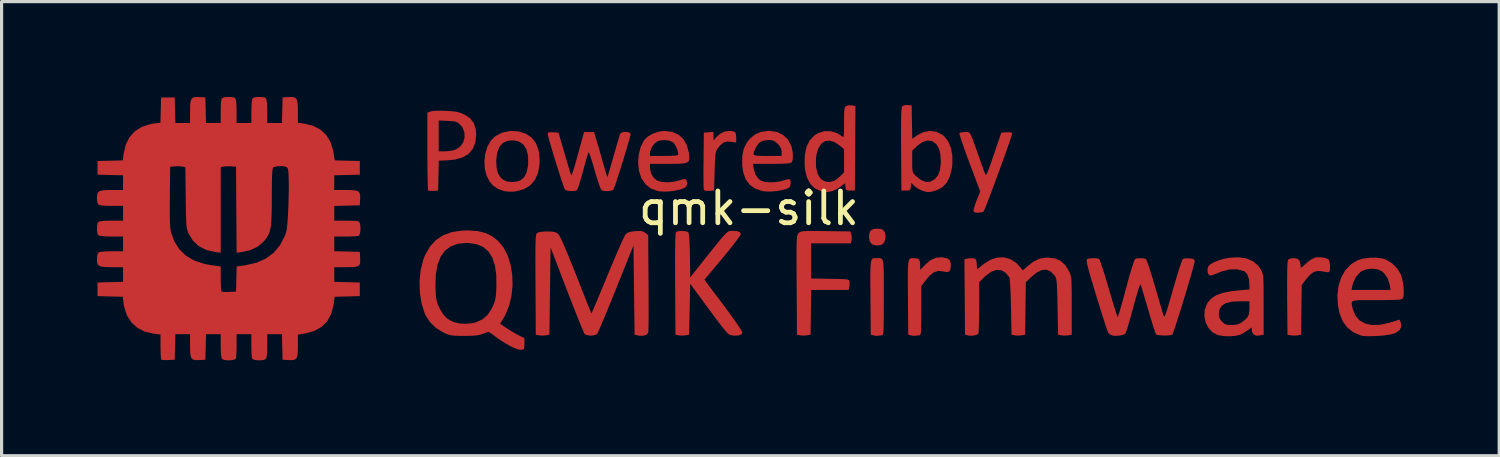
<source format=kicad_pcb>
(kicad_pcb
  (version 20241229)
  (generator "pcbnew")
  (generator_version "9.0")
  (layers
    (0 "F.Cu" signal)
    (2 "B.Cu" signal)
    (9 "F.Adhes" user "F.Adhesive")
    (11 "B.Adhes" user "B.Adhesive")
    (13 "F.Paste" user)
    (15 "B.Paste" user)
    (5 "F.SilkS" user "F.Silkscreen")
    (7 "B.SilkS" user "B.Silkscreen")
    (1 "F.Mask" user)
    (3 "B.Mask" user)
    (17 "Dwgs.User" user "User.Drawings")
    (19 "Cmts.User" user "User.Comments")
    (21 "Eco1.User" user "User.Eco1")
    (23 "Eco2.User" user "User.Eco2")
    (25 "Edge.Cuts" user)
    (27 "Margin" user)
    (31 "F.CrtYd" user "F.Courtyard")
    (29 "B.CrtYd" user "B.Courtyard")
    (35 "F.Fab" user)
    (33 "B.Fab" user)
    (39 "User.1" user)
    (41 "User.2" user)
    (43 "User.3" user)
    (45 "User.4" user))
  (footprint "qmk-silk"
    (layer "F.Cu")
    (at 20.511 4.004)
    (property "Reference" "qmk-silk" (at 0 -0.5 0) (unlocked yes) (layer "F.SilkS") (effects (font (size 1 1) (thickness 0.15))))
    (attr smd)
    (fp_poly (pts (xy 4.151 0.151) (xy 4.208 0.172) (xy 4.272 0.242) (xy 4.3 0.347) (xy 4.295 0.464) (xy 4.258 0.569) (xy 4.192 0.64) (xy 4.164 0.651) (xy 4.012 0.671) (xy 3.89 0.636) (xy 3.861 0.618) (xy 3.806 0.541) (xy 3.78 0.429) (xy 3.785 0.309) (xy 3.823 0.211) (xy 3.837 0.194) (xy 3.918 0.154) (xy 4.033 0.139)) (stroke (width 0) (type solid)) (fill yes) (layer "F.Cu"))
    (fp_poly (pts (xy -0.513 -2.928) (xy -0.439 -2.899) (xy -0.406 -2.835) (xy -0.398 -2.73) (xy -0.398 -2.569) (xy -0.558 -2.593) (xy -0.694 -2.601) (xy -0.8 -2.568) (xy -0.898 -2.486) (xy -0.96 -2.41) (xy -0.996 -2.36) (xy -1.023 -2.313) (xy -1.041 -2.255) (xy -1.054 -2.174) (xy -1.063 -2.059) (xy -1.07 -1.898) (xy -1.077 -1.677) (xy -1.077 -1.669) (xy -1.095 -1.059) (xy -1.247 -1.048) (xy -1.364 -1.051) (xy -1.417 -1.083) (xy -1.418 -1.084) (xy -1.422 -1.132) (xy -1.426 -1.241) (xy -1.428 -1.4) (xy -1.429 -1.6) (xy -1.428 -1.83) (xy -1.426 -2.006) (xy -1.417 -2.881) (xy -1.265 -2.892) (xy -1.113 -2.903) (xy -1.112 -2.767) (xy -1.111 -2.631) (xy -1.048 -2.713) (xy -0.919 -2.836) (xy -0.765 -2.914) (xy -0.642 -2.934)) (stroke (width 0) (type solid)) (fill yes) (layer "F.Cu"))
    (fp_poly (pts (xy 4.128 1.068) (xy 4.167 1.08) (xy 4.195 1.109) (xy 4.216 1.161) (xy 4.23 1.245) (xy 4.239 1.367) (xy 4.244 1.533) (xy 4.246 1.752) (xy 4.246 2.029) (xy 4.246 2.303) (xy 4.246 2.626) (xy 4.245 2.885) (xy 4.243 3.087) (xy 4.24 3.238) (xy 4.235 3.347) (xy 4.228 3.42) (xy 4.219 3.464) (xy 4.206 3.487) (xy 4.19 3.495) (xy 4.177 3.496) (xy 4.093 3.503) (xy 4.061 3.51) (xy 3.992 3.512) (xy 3.924 3.499) (xy 3.835 3.475) (xy 3.825 2.3) (xy 3.823 1.971) (xy 3.821 1.706) (xy 3.822 1.499) (xy 3.827 1.342) (xy 3.836 1.229) (xy 3.851 1.152) (xy 3.872 1.104) (xy 3.902 1.079) (xy 3.94 1.069) (xy 3.989 1.067) (xy 4.02 1.067) (xy 4.08 1.066)) (stroke (width 0) (type solid)) (fill yes) (layer "F.Cu"))
    (fp_poly (pts (xy 2.24 0.215) (xy 2.415 0.217) (xy 3.19 0.227) (xy 3.223 0.32) (xy 3.24 0.428) (xy 3.232 0.508) (xy 3.208 0.602) (xy 1.959 0.602) (xy 1.959 1.708) (xy 2.558 1.718) (xy 2.777 1.721) (xy 2.935 1.726) (xy 3.042 1.732) (xy 3.109 1.742) (xy 3.145 1.757) (xy 3.161 1.778) (xy 3.168 1.809) (xy 3.168 1.811) (xy 3.169 1.916) (xy 3.158 1.981) (xy 3.137 2.067) (xy 1.961 2.067) (xy 1.951 2.771) (xy 1.942 3.475) (xy 1.834 3.496) (xy 1.715 3.505) (xy 1.62 3.497) (xy 1.513 3.477) (xy 1.504 1.915) (xy 1.501 1.54) (xy 1.5 1.23) (xy 1.5 0.979) (xy 1.5 0.779) (xy 1.503 0.625) (xy 1.507 0.509) (xy 1.513 0.426) (xy 1.522 0.368) (xy 1.533 0.329) (xy 1.546 0.304) (xy 1.563 0.284) (xy 1.567 0.28) (xy 1.594 0.256) (xy 1.628 0.239) (xy 1.678 0.226) (xy 1.755 0.218) (xy 1.868 0.214) (xy 2.026 0.214)) (stroke (width 0) (type solid)) (fill yes) (layer "F.Cu"))
    (fp_poly (pts (xy 18.106 1.056) (xy 18.216 1.095) (xy 18.241 1.111) (xy 18.265 1.163) (xy 18.28 1.256) (xy 18.285 1.362) (xy 18.279 1.454) (xy 18.26 1.506) (xy 18.258 1.508) (xy 18.21 1.511) (xy 18.118 1.498) (xy 18.064 1.487) (xy 17.912 1.469) (xy 17.784 1.498) (xy 17.665 1.581) (xy 17.537 1.724) (xy 17.537 1.725) (xy 17.394 1.911) (xy 17.384 2.693) (xy 17.374 3.475) (xy 17.267 3.496) (xy 17.148 3.505) (xy 17.053 3.497) (xy 16.946 3.477) (xy 16.936 2.321) (xy 16.934 1.965) (xy 16.935 1.678) (xy 16.938 1.453) (xy 16.943 1.289) (xy 16.952 1.18) (xy 16.963 1.123) (xy 16.967 1.115) (xy 17.028 1.083) (xy 17.124 1.067) (xy 17.145 1.067) (xy 17.263 1.088) (xy 17.331 1.155) (xy 17.356 1.277) (xy 17.357 1.301) (xy 17.359 1.351) (xy 17.373 1.366) (xy 17.411 1.344) (xy 17.484 1.279) (xy 17.531 1.235) (xy 17.672 1.122) (xy 17.799 1.056) (xy 17.832 1.048) (xy 17.967 1.039)) (stroke (width 0) (type solid)) (fill yes) (layer "F.Cu"))
    (fp_poly (pts (xy 6.114 1.046) (xy 6.244 1.077) (xy 6.318 1.129) (xy 6.349 1.216) (xy 6.353 1.299) (xy 6.341 1.425) (xy 6.298 1.491) (xy 6.213 1.505) (xy 6.113 1.485) (xy 5.965 1.47) (xy 5.829 1.51) (xy 5.695 1.61) (xy 5.57 1.756) (xy 5.425 1.948) (xy 5.425 2.722) (xy 5.424 2.976) (xy 5.423 3.167) (xy 5.42 3.305) (xy 5.414 3.398) (xy 5.404 3.454) (xy 5.391 3.484) (xy 5.372 3.494) (xy 5.356 3.496) (xy 5.272 3.503) (xy 5.24 3.51) (xy 5.171 3.512) (xy 5.103 3.499) (xy 5.014 3.475) (xy 5.004 2.3) (xy 5.002 1.971) (xy 5.001 1.706) (xy 5.002 1.499) (xy 5.006 1.343) (xy 5.015 1.229) (xy 5.029 1.152) (xy 5.049 1.105) (xy 5.077 1.079) (xy 5.113 1.069) (xy 5.158 1.067) (xy 5.181 1.067) (xy 5.298 1.077) (xy 5.362 1.117) (xy 5.386 1.204) (xy 5.389 1.273) (xy 5.389 1.436) (xy 5.551 1.271) (xy 5.721 1.129) (xy 5.89 1.054) (xy 6.068 1.04)) (stroke (width 0) (type solid)) (fill yes) (layer "F.Cu"))
    (fp_poly (pts (xy -9.583 -3.568) (xy -9.53 -3.566) (xy -9.343 -3.554) (xy -9.207 -3.538) (xy -9.1 -3.512) (xy -9 -3.474) (xy -8.942 -3.446) (xy -8.768 -3.329) (xy -8.653 -3.18) (xy -8.592 -2.99) (xy -8.579 -2.821) (xy -8.606 -2.571) (xy -8.686 -2.368) (xy -8.82 -2.211) (xy -9.008 -2.1) (xy -9.252 -2.033) (xy -9.445 -2.013) (xy -9.756 -1.997) (xy -9.766 -1.528) (xy -9.776 -1.059) (xy -9.92 -1.048) (xy -10.017 -1.048) (xy -10.082 -1.058) (xy -10.09 -1.063) (xy -10.096 -1.104) (xy -10.102 -1.207) (xy -10.106 -1.366) (xy -10.11 -1.57) (xy -10.113 -1.812) (xy -10.115 -2.083) (xy -10.115 -2.298) (xy -10.115 -3.264) (xy -9.758 -3.264) (xy -9.758 -2.292) (xy -9.562 -2.292) (xy -9.418 -2.303) (xy -9.276 -2.332) (xy -9.221 -2.35) (xy -9.083 -2.44) (xy -8.99 -2.571) (xy -8.944 -2.727) (xy -8.95 -2.89) (xy -9.011 -3.044) (xy -9.076 -3.126) (xy -9.138 -3.183) (xy -9.199 -3.217) (xy -9.28 -3.237) (xy -9.402 -3.247) (xy -9.473 -3.251) (xy -9.758 -3.264) (xy -10.115 -3.264) (xy -10.115 -3.508) (xy -10.017 -3.547) (xy -9.927 -3.564) (xy -9.778 -3.571)) (stroke (width 0) (type solid)) (fill yes) (layer "F.Cu"))
    (fp_poly (pts (xy -7.257 -2.922) (xy -7.019 -2.848) (xy -6.834 -2.725) (xy -6.7 -2.551) (xy -6.616 -2.328) (xy -6.583 -2.057) (xy -6.586 -1.888) (xy -6.632 -1.618) (xy -6.729 -1.396) (xy -6.877 -1.225) (xy -7.075 -1.104) (xy -7.32 -1.036) (xy -7.385 -1.027) (xy -7.523 -1.023) (xy -7.658 -1.035) (xy -7.696 -1.043) (xy -7.896 -1.112) (xy -8.048 -1.216) (xy -8.149 -1.331) (xy -8.25 -1.522) (xy -8.307 -1.743) (xy -8.32 -1.973) (xy -7.949 -1.973) (xy -7.935 -1.76) (xy -7.892 -1.598) (xy -7.813 -1.473) (xy -7.736 -1.402) (xy -7.62 -1.348) (xy -7.469 -1.327) (xy -7.311 -1.339) (xy -7.185 -1.381) (xy -7.07 -1.477) (xy -6.992 -1.63) (xy -6.949 -1.842) (xy -6.944 -1.898) (xy -6.948 -2.152) (xy -6.998 -2.355) (xy -7.093 -2.505) (xy -7.231 -2.601) (xy -7.39 -2.638) (xy -7.583 -2.627) (xy -7.737 -2.557) (xy -7.85 -2.43) (xy -7.921 -2.246) (xy -7.949 -2.009) (xy -7.949 -1.973) (xy -8.32 -1.973) (xy -8.321 -1.98) (xy -8.294 -2.215) (xy -8.228 -2.435) (xy -8.125 -2.623) (xy -7.986 -2.764) (xy -7.977 -2.77) (xy -7.754 -2.883) (xy -7.509 -2.934)) (stroke (width 0) (type solid)) (fill yes) (layer "F.Cu"))
    (fp_poly (pts (xy 6.891 -2.899) (xy 6.924 -2.886) (xy 6.955 -2.856) (xy 6.988 -2.799) (xy 7.027 -2.708) (xy 7.077 -2.575) (xy 7.142 -2.393) (xy 7.226 -2.153) (xy 7.247 -2.095) (xy 7.308 -1.924) (xy 7.363 -1.769) (xy 7.406 -1.649) (xy 7.432 -1.579) (xy 7.433 -1.577) (xy 7.447 -1.554) (xy 7.465 -1.558) (xy 7.49 -1.595) (xy 7.524 -1.673) (xy 7.572 -1.799) (xy 7.636 -1.98) (xy 7.706 -2.184) (xy 7.943 -2.881) (xy 8.113 -2.892) (xy 8.221 -2.893) (xy 8.273 -2.877) (xy 8.283 -2.852) (xy 8.271 -2.802) (xy 8.237 -2.695) (xy 8.185 -2.542) (xy 8.118 -2.351) (xy 8.04 -2.131) (xy 7.954 -1.892) (xy 7.863 -1.643) (xy 7.771 -1.393) (xy 7.681 -1.152) (xy 7.597 -0.928) (xy 7.522 -0.732) (xy 7.458 -0.571) (xy 7.411 -0.457) (xy 7.383 -0.397) (xy 7.378 -0.391) (xy 7.316 -0.373) (xy 7.219 -0.363) (xy 7.202 -0.363) (xy 7.112 -0.37) (xy 7.074 -0.397) (xy 7.068 -0.433) (xy 7.081 -0.499) (xy 7.115 -0.609) (xy 7.163 -0.741) (xy 7.173 -0.767) (xy 7.278 -1.031) (xy 6.94 -1.931) (xy 6.851 -2.171) (xy 6.773 -2.389) (xy 6.708 -2.576) (xy 6.659 -2.724) (xy 6.63 -2.823) (xy 6.623 -2.865) (xy 6.623 -2.865) (xy 6.668 -2.886) (xy 6.758 -2.898) (xy 6.8 -2.899) (xy 6.851 -2.9)) (stroke (width 0) (type solid)) (fill yes) (layer "F.Cu"))
    (fp_poly (pts (xy 3.248 -3.738) (xy 3.353 -3.715) (xy 3.335 -1.059) (xy 3.192 -1.059) (xy 3.1 -1.064) (xy 3.057 -1.089) (xy 3.04 -1.151) (xy 3.038 -1.175) (xy 3.027 -1.291) (xy 2.895 -1.187) (xy 2.778 -1.112) (xy 2.652 -1.054) (xy 2.62 -1.044) (xy 2.525 -1.02) (xy 2.456 -1.012) (xy 2.383 -1.02) (xy 2.274 -1.044) (xy 2.264 -1.046) (xy 2.082 -1.123) (xy 1.939 -1.259) (xy 1.834 -1.452) (xy 1.771 -1.698) (xy 1.753 -1.864) (xy 1.756 -2.041) (xy 2.109 -2.041) (xy 2.115 -1.782) (xy 2.166 -1.577) (xy 2.263 -1.426) (xy 2.268 -1.421) (xy 2.39 -1.346) (xy 2.537 -1.326) (xy 2.683 -1.366) (xy 2.685 -1.367) (xy 2.76 -1.417) (xy 2.852 -1.492) (xy 2.879 -1.517) (xy 2.995 -1.627) (xy 2.995 -2.356) (xy 2.873 -2.463) (xy 2.703 -2.581) (xy 2.544 -2.63) (xy 2.402 -2.615) (xy 2.282 -2.536) (xy 2.19 -2.398) (xy 2.129 -2.204) (xy 2.109 -2.041) (xy 1.756 -2.041) (xy 1.759 -2.174) (xy 1.813 -2.433) (xy 1.916 -2.64) (xy 2.068 -2.798) (xy 2.177 -2.865) (xy 2.371 -2.926) (xy 2.577 -2.925) (xy 2.777 -2.866) (xy 2.933 -2.764) (xy 2.958 -2.746) (xy 2.975 -2.75) (xy 2.986 -2.786) (xy 2.992 -2.864) (xy 2.995 -2.992) (xy 2.995 -3.182) (xy 2.995 -3.196) (xy 2.996 -3.392) (xy 2.999 -3.528) (xy 3.007 -3.618) (xy 3.02 -3.672) (xy 3.041 -3.703) (xy 3.069 -3.722) (xy 3.157 -3.743)) (stroke (width 0) (type solid)) (fill yes) (layer "F.Cu"))
    (fp_poly (pts (xy -0.369 0.218) (xy -0.287 0.248) (xy -0.256 0.302) (xy -0.256 0.316) (xy -0.278 0.36) (xy -0.34 0.45) (xy -0.436 0.579) (xy -0.56 0.737) (xy -0.705 0.916) (xy -0.827 1.063) (xy -1.399 1.747) (xy -0.802 2.54) (xy -0.646 2.75) (xy -0.505 2.945) (xy -0.385 3.115) (xy -0.291 3.254) (xy -0.229 3.352) (xy -0.204 3.403) (xy -0.204 3.405) (xy -0.234 3.464) (xy -0.321 3.499) (xy -0.451 3.506) (xy -0.541 3.496) (xy -0.58 3.487) (xy -0.621 3.466) (xy -0.668 3.429) (xy -0.727 3.368) (xy -0.803 3.277) (xy -0.902 3.15) (xy -1.031 2.98) (xy -1.194 2.76) (xy -1.255 2.676) (xy -1.845 1.876) (xy -1.863 2.675) (xy -1.881 3.475) (xy -1.988 3.496) (xy -2.107 3.505) (xy -2.203 3.497) (xy -2.31 3.477) (xy -2.319 1.872) (xy -2.321 1.475) (xy -2.322 1.143) (xy -2.321 0.872) (xy -2.318 0.658) (xy -2.314 0.493) (xy -2.309 0.375) (xy -2.301 0.296) (xy -2.292 0.252) (xy -2.283 0.239) (xy -2.208 0.216) (xy -2.101 0.21) (xy -1.995 0.221) (xy -1.918 0.245) (xy -1.904 0.256) (xy -1.889 0.311) (xy -1.875 0.432) (xy -1.865 0.614) (xy -1.857 0.851) (xy -1.855 0.988) (xy -1.845 1.672) (xy -1.345 1.043) (xy -1.156 0.806) (xy -1.006 0.618) (xy -0.889 0.475) (xy -0.798 0.37) (xy -0.729 0.297) (xy -0.675 0.25) (xy -0.63 0.224) (xy -0.588 0.212) (xy -0.544 0.209) (xy -0.512 0.209)) (stroke (width 0) (type solid)) (fill yes) (layer "F.Cu"))
    (fp_poly (pts (xy -2.416 -2.905) (xy -2.215 -2.818) (xy -2.058 -2.676) (xy -1.948 -2.48) (xy -1.886 -2.234) (xy -1.884 -2.216) (xy -1.873 -2.107) (xy -1.876 -2.027) (xy -1.902 -1.97) (xy -1.961 -1.933) (xy -2.059 -1.912) (xy -2.208 -1.902) (xy -2.414 -1.899) (xy -2.544 -1.899) (xy -3.113 -1.899) (xy -3.113 -1.79) (xy -3.086 -1.622) (xy -3.01 -1.478) (xy -2.898 -1.38) (xy -2.893 -1.377) (xy -2.742 -1.33) (xy -2.552 -1.318) (xy -2.345 -1.339) (xy -2.189 -1.379) (xy -2.076 -1.413) (xy -2.011 -1.422) (xy -1.975 -1.405) (xy -1.967 -1.394) (xy -1.937 -1.29) (xy -1.963 -1.194) (xy -2.032 -1.14) (xy -2.154 -1.094) (xy -2.312 -1.057) (xy -2.488 -1.033) (xy -2.665 -1.025) (xy -2.824 -1.037) (xy -2.86 -1.043) (xy -3.076 -1.119) (xy -3.246 -1.249) (xy -3.376 -1.438) (xy -3.382 -1.449) (xy -3.456 -1.671) (xy -3.484 -1.921) (xy -3.469 -2.149) (xy -3.113 -2.149) (xy -2.667 -2.149) (xy -2.469 -2.151) (xy -2.334 -2.157) (xy -2.255 -2.169) (xy -2.222 -2.187) (xy -2.221 -2.193) (xy -2.242 -2.322) (xy -2.296 -2.454) (xy -2.367 -2.557) (xy -2.387 -2.576) (xy -2.503 -2.629) (xy -2.652 -2.649) (xy -2.804 -2.633) (xy -2.879 -2.607) (xy -2.971 -2.536) (xy -3.053 -2.423) (xy -3.104 -2.3) (xy -3.113 -2.236) (xy -3.113 -2.149) (xy -3.469 -2.149) (xy -3.467 -2.179) (xy -3.407 -2.422) (xy -3.305 -2.63) (xy -3.293 -2.648) (xy -3.179 -2.758) (xy -3.019 -2.85) (xy -2.836 -2.912) (xy -2.659 -2.935)) (stroke (width 0) (type solid)) (fill yes) (layer "F.Cu"))
    (fp_poly (pts (xy 0.882 -2.901) (xy 1.076 -2.809) (xy 1.228 -2.664) (xy 1.331 -2.471) (xy 1.348 -2.417) (xy 1.377 -2.269) (xy 1.386 -2.125) (xy 1.375 -2.009) (xy 1.345 -1.941) (xy 1.297 -1.923) (xy 1.192 -1.91) (xy 1.025 -1.902) (xy 0.793 -1.899) (xy 0.715 -1.899) (xy 0.128 -1.899) (xy 0.153 -1.747) (xy 0.204 -1.567) (xy 0.298 -1.434) (xy 0.375 -1.374) (xy 0.479 -1.336) (xy 0.628 -1.318) (xy 0.801 -1.321) (xy 0.972 -1.344) (xy 1.097 -1.378) (xy 1.196 -1.407) (xy 1.268 -1.417) (xy 1.284 -1.414) (xy 1.311 -1.363) (xy 1.314 -1.278) (xy 1.297 -1.196) (xy 1.272 -1.156) (xy 1.179 -1.109) (xy 1.036 -1.071) (xy 0.865 -1.042) (xy 0.687 -1.028) (xy 0.524 -1.03) (xy 0.435 -1.042) (xy 0.207 -1.116) (xy 0.031 -1.235) (xy -0.096 -1.404) (xy -0.176 -1.624) (xy -0.21 -1.861) (xy -0.209 -2.143) (xy -0.191 -2.225) (xy 0.145 -2.225) (xy 0.159 -2.184) (xy 0.213 -2.161) (xy 0.317 -2.151) (xy 0.479 -2.149) (xy 0.584 -2.149) (xy 1.031 -2.149) (xy 1.031 -2.277) (xy 1.014 -2.382) (xy 0.957 -2.476) (xy 0.909 -2.527) (xy 0.821 -2.604) (xy 0.737 -2.64) (xy 0.622 -2.649) (xy 0.613 -2.649) (xy 0.446 -2.628) (xy 0.323 -2.56) (xy 0.23 -2.434) (xy 0.206 -2.385) (xy 0.164 -2.29) (xy 0.145 -2.225) (xy -0.191 -2.225) (xy -0.159 -2.378) (xy -0.059 -2.577) (xy 0.046 -2.702) (xy 0.201 -2.828) (xy 0.371 -2.902) (xy 0.576 -2.932) (xy 0.655 -2.934)) (stroke (width 0) (type solid)) (fill yes) (layer "F.Cu"))
    (fp_poly (pts (xy 5.121 -3.738) (xy 5.131 -3.213) (xy 5.141 -2.687) (xy 5.294 -2.796) (xy 5.492 -2.897) (xy 5.697 -2.934) (xy 5.897 -2.907) (xy 6.081 -2.817) (xy 6.139 -2.77) (xy 6.269 -2.607) (xy 6.358 -2.396) (xy 6.403 -2.148) (xy 6.402 -1.877) (xy 6.388 -1.768) (xy 6.326 -1.51) (xy 6.229 -1.31) (xy 6.093 -1.166) (xy 5.916 -1.072) (xy 5.875 -1.058) (xy 5.742 -1.022) (xy 5.647 -1.011) (xy 5.557 -1.023) (xy 5.447 -1.058) (xy 5.328 -1.116) (xy 5.219 -1.194) (xy 5.209 -1.203) (xy 5.108 -1.3) (xy 5.097 -1.179) (xy 5.084 -1.102) (xy 5.051 -1.068) (xy 4.976 -1.059) (xy 4.942 -1.059) (xy 4.799 -1.059) (xy 4.793 -1.97) (xy 5.139 -1.97) (xy 5.14 -1.811) (xy 5.145 -1.705) (xy 5.16 -1.636) (xy 5.188 -1.586) (xy 5.235 -1.536) (xy 5.255 -1.517) (xy 5.419 -1.389) (xy 5.569 -1.33) (xy 5.709 -1.338) (xy 5.843 -1.413) (xy 5.848 -1.418) (xy 5.948 -1.534) (xy 6.009 -1.69) (xy 6.036 -1.895) (xy 6.038 -2.003) (xy 6.023 -2.217) (xy 5.98 -2.379) (xy 5.905 -2.505) (xy 5.882 -2.531) (xy 5.76 -2.617) (xy 5.62 -2.635) (xy 5.467 -2.587) (xy 5.306 -2.474) (xy 5.273 -2.443) (xy 5.139 -2.313) (xy 5.139 -1.97) (xy 4.793 -1.97) (xy 4.79 -2.359) (xy 4.788 -2.728) (xy 4.788 -3.031) (xy 4.79 -3.271) (xy 4.794 -3.455) (xy 4.801 -3.585) (xy 4.81 -3.668) (xy 4.821 -3.708) (xy 4.823 -3.709) (xy 4.893 -3.744) (xy 4.993 -3.749)) (stroke (width 0) (type solid)) (fill yes) (layer "F.Cu"))
    (fp_poly (pts (xy 19.926 1.076) (xy 20.038 1.11) (xy 20.234 1.229) (xy 20.401 1.397) (xy 20.5 1.557) (xy 20.545 1.682) (xy 20.578 1.835) (xy 20.6 1.997) (xy 20.606 2.148) (xy 20.597 2.267) (xy 20.572 2.334) (xy 20.547 2.352) (xy 20.501 2.366) (xy 20.423 2.376) (xy 20.307 2.382) (xy 20.142 2.386) (xy 19.92 2.388) (xy 19.746 2.388) (xy 19.484 2.388) (xy 19.286 2.389) (xy 19.143 2.394) (xy 19.048 2.406) (xy 18.992 2.428) (xy 18.968 2.464) (xy 18.967 2.516) (xy 18.982 2.588) (xy 19.002 2.671) (xy 19.08 2.871) (xy 19.207 3.022) (xy 19.379 3.122) (xy 19.593 3.171) (xy 19.846 3.166) (xy 20.133 3.107) (xy 20.197 3.088) (xy 20.469 3.002) (xy 20.507 3.085) (xy 20.53 3.207) (xy 20.486 3.315) (xy 20.376 3.404) (xy 20.301 3.438) (xy 20.185 3.469) (xy 20.024 3.494) (xy 19.837 3.512) (xy 19.644 3.522) (xy 19.466 3.524) (xy 19.322 3.515) (xy 19.25 3.5) (xy 19.009 3.393) (xy 18.82 3.242) (xy 18.679 3.044) (xy 18.582 2.794) (xy 18.534 2.557) (xy 18.516 2.236) (xy 18.537 2.067) (xy 18.958 2.067) (xy 20.188 2.067) (xy 20.164 1.915) (xy 20.099 1.703) (xy 19.98 1.536) (xy 19.917 1.481) (xy 19.784 1.421) (xy 19.618 1.399) (xy 19.446 1.416) (xy 19.293 1.47) (xy 19.243 1.502) (xy 19.101 1.656) (xy 19.006 1.862) (xy 18.983 1.951) (xy 18.958 2.067) (xy 18.537 2.067) (xy 18.552 1.938) (xy 18.639 1.67) (xy 18.772 1.441) (xy 18.949 1.258) (xy 19.152 1.135) (xy 19.322 1.083) (xy 19.525 1.056) (xy 19.736 1.053)) (stroke (width 0) (type solid)) (fill yes) (layer "F.Cu"))
    (fp_poly (pts (xy 8.228 1.099) (xy 8.414 1.221) (xy 8.502 1.313) (xy 8.619 1.452) (xy 8.773 1.317) (xy 8.954 1.177) (xy 9.124 1.093) (xy 9.306 1.056) (xy 9.408 1.051) (xy 9.632 1.077) (xy 9.814 1.157) (xy 9.962 1.296) (xy 10.082 1.495) (xy 10.105 1.549) (xy 10.123 1.604) (xy 10.137 1.672) (xy 10.146 1.761) (xy 10.152 1.881) (xy 10.156 2.042) (xy 10.158 2.254) (xy 10.158 2.527) (xy 10.158 2.565) (xy 10.158 3.475) (xy 10.051 3.496) (xy 9.932 3.505) (xy 9.837 3.497) (xy 9.729 3.477) (xy 9.712 2.596) (xy 9.706 2.321) (xy 9.7 2.108) (xy 9.693 1.947) (xy 9.685 1.831) (xy 9.674 1.748) (xy 9.66 1.691) (xy 9.642 1.649) (xy 9.619 1.614) (xy 9.495 1.488) (xy 9.36 1.431) (xy 9.212 1.443) (xy 9.05 1.525) (xy 8.904 1.645) (xy 8.713 1.826) (xy 8.703 2.65) (xy 8.693 3.475) (xy 8.586 3.496) (xy 8.467 3.505) (xy 8.372 3.497) (xy 8.265 3.477) (xy 8.247 2.602) (xy 8.241 2.357) (xy 8.233 2.134) (xy 8.223 1.944) (xy 8.214 1.796) (xy 8.204 1.702) (xy 8.197 1.674) (xy 8.078 1.527) (xy 7.942 1.448) (xy 7.79 1.438) (xy 7.625 1.496) (xy 7.451 1.623) (xy 7.398 1.673) (xy 7.247 1.825) (xy 7.246 2.616) (xy 7.245 2.848) (xy 7.241 3.056) (xy 7.236 3.231) (xy 7.23 3.36) (xy 7.223 3.434) (xy 7.219 3.445) (xy 7.159 3.483) (xy 7.058 3.506) (xy 6.946 3.508) (xy 6.889 3.498) (xy 6.8 3.475) (xy 6.791 2.289) (xy 6.781 1.104) (xy 6.867 1.082) (xy 6.969 1.07) (xy 7.055 1.073) (xy 7.117 1.086) (xy 7.15 1.121) (xy 7.164 1.198) (xy 7.168 1.253) (xy 7.179 1.421) (xy 7.369 1.266) (xy 7.587 1.126) (xy 7.807 1.051) (xy 8.023 1.042)) (stroke (width 0) (type solid)) (fill yes) (layer "F.Cu"))
    (fp_poly (pts (xy 15.655 1.077) (xy 15.865 1.168) (xy 16.031 1.314) (xy 16.106 1.425) (xy 16.133 1.475) (xy 16.154 1.521) (xy 16.169 1.575) (xy 16.181 1.646) (xy 16.188 1.742) (xy 16.192 1.873) (xy 16.195 2.048) (xy 16.195 2.278) (xy 16.196 2.529) (xy 16.196 3.473) (xy 16.106 3.496) (xy 15.97 3.508) (xy 15.876 3.469) (xy 15.83 3.38) (xy 15.827 3.36) (xy 15.816 3.246) (xy 15.7 3.334) (xy 15.586 3.409) (xy 15.463 3.473) (xy 15.453 3.477) (xy 15.321 3.51) (xy 15.149 3.526) (xy 14.967 3.522) (xy 14.803 3.499) (xy 14.753 3.486) (xy 14.586 3.398) (xy 14.457 3.261) (xy 14.371 3.09) (xy 14.331 2.898) (xy 14.335 2.828) (xy 14.784 2.828) (xy 14.803 2.947) (xy 14.868 3.048) (xy 14.889 3.07) (xy 14.964 3.134) (xy 15.042 3.165) (xy 15.155 3.174) (xy 15.185 3.174) (xy 15.34 3.16) (xy 15.454 3.121) (xy 15.464 3.115) (xy 15.601 3.016) (xy 15.687 2.929) (xy 15.731 2.835) (xy 15.748 2.714) (xy 15.749 2.65) (xy 15.749 2.424) (xy 15.444 2.424) (xy 15.197 2.438) (xy 15.012 2.482) (xy 14.885 2.558) (xy 14.81 2.669) (xy 14.784 2.817) (xy 14.784 2.828) (xy 14.335 2.828) (xy 14.342 2.702) (xy 14.408 2.514) (xy 14.439 2.463) (xy 14.552 2.334) (xy 14.706 2.235) (xy 14.908 2.161) (xy 15.167 2.11) (xy 15.339 2.09) (xy 15.749 2.052) (xy 15.749 1.879) (xy 15.731 1.715) (xy 15.682 1.58) (xy 15.608 1.493) (xy 15.581 1.478) (xy 15.361 1.419) (xy 15.127 1.422) (xy 14.872 1.487) (xy 14.72 1.549) (xy 14.598 1.599) (xy 14.522 1.614) (xy 14.476 1.598) (xy 14.476 1.598) (xy 14.436 1.525) (xy 14.43 1.417) (xy 14.449 1.336) (xy 14.505 1.272) (xy 14.616 1.206) (xy 14.766 1.143) (xy 14.939 1.091) (xy 15.104 1.058) (xy 15.4 1.04)) (stroke (width 0) (type solid)) (fill yes) (layer "F.Cu"))
    (fp_poly (pts (xy -3.354 0.221) (xy -3.29 0.249) (xy -3.256 0.273) (xy -3.167 0.346) (xy -3.157 1.84) (xy -3.155 2.163) (xy -3.154 2.465) (xy -3.154 2.739) (xy -3.155 2.977) (xy -3.157 3.171) (xy -3.16 3.313) (xy -3.163 3.395) (xy -3.165 3.411) (xy -3.214 3.472) (xy -3.31 3.507) (xy -3.434 3.51) (xy -3.505 3.497) (xy -3.596 3.473) (xy -3.631 0.669) (xy -4.181 2.038) (xy -4.3 2.334) (xy -4.413 2.611) (xy -4.516 2.861) (xy -4.607 3.076) (xy -4.681 3.251) (xy -4.736 3.376) (xy -4.77 3.445) (xy -4.776 3.456) (xy -4.84 3.487) (xy -4.94 3.504) (xy -4.971 3.506) (xy -5.076 3.494) (xy -5.153 3.466) (xy -5.166 3.456) (xy -5.189 3.413) (xy -5.234 3.31) (xy -5.298 3.155) (xy -5.378 2.956) (xy -5.472 2.72) (xy -5.577 2.454) (xy -5.689 2.165) (xy -5.726 2.069) (xy -6.239 0.731) (xy -6.257 2.103) (xy -6.275 3.475) (xy -6.382 3.496) (xy -6.501 3.505) (xy -6.597 3.497) (xy -6.704 3.477) (xy -6.713 1.901) (xy -6.715 1.522) (xy -6.716 1.209) (xy -6.716 0.954) (xy -6.715 0.751) (xy -6.712 0.595) (xy -6.708 0.478) (xy -6.701 0.395) (xy -6.693 0.338) (xy -6.682 0.303) (xy -6.669 0.282) (xy -6.663 0.276) (xy -6.58 0.245) (xy -6.43 0.23) (xy -6.339 0.229) (xy -6.197 0.233) (xy -6.105 0.246) (xy -6.042 0.274) (xy -5.99 0.319) (xy -5.952 0.378) (xy -5.892 0.5) (xy -5.811 0.68) (xy -5.711 0.915) (xy -5.594 1.201) (xy -5.461 1.532) (xy -5.433 1.602) (xy -5.325 1.878) (xy -5.225 2.131) (xy -5.136 2.355) (xy -5.062 2.543) (xy -5.005 2.686) (xy -4.968 2.777) (xy -4.954 2.809) (xy -4.939 2.78) (xy -4.9 2.691) (xy -4.84 2.551) (xy -4.762 2.367) (xy -4.67 2.145) (xy -4.565 1.894) (xy -4.452 1.62) (xy -4.449 1.613) (xy -4.333 1.334) (xy -4.223 1.072) (xy -4.122 0.837) (xy -4.033 0.637) (xy -3.961 0.479) (xy -3.909 0.371) (xy -3.881 0.323) (xy -3.822 0.272) (xy -3.741 0.241) (xy -3.616 0.223) (xy -3.577 0.219) (xy -3.442 0.212)) (stroke (width 0) (type solid)) (fill yes) (layer "F.Cu"))
    (fp_poly (pts (xy -8.535 0.216) (xy -8.288 0.276) (xy -8.076 0.38) (xy -7.893 0.524) (xy -7.721 0.731) (xy -7.589 0.985) (xy -7.497 1.276) (xy -7.445 1.592) (xy -7.435 1.919) (xy -7.468 2.246) (xy -7.543 2.562) (xy -7.661 2.854) (xy -7.756 3.018) (xy -7.83 3.129) (xy -7.642 3.258) (xy -7.5 3.35) (xy -7.342 3.442) (xy -7.258 3.487) (xy -7.061 3.586) (xy -7.061 3.764) (xy -7.064 3.87) (xy -7.079 3.924) (xy -7.118 3.945) (xy -7.168 3.952) (xy -7.278 3.934) (xy -7.439 3.868) (xy -7.542 3.815) (xy -7.694 3.726) (xy -7.849 3.626) (xy -7.974 3.536) (xy -7.984 3.529) (xy -8.08 3.456) (xy -8.156 3.405) (xy -8.19 3.389) (xy -8.239 3.401) (xy -8.328 3.433) (xy -8.373 3.451) (xy -8.468 3.481) (xy -8.587 3.5) (xy -8.746 3.511) (xy -8.954 3.514) (xy -9.142 3.512) (xy -9.277 3.506) (xy -9.379 3.493) (xy -9.468 3.469) (xy -9.561 3.431) (xy -9.606 3.411) (xy -9.839 3.269) (xy -10.033 3.08) (xy -10.175 2.861) (xy -10.191 2.826) (xy -10.294 2.508) (xy -10.351 2.159) (xy -10.358 1.94) (xy -9.861 1.94) (xy -9.859 2.005) (xy -9.85 2.19) (xy -9.838 2.325) (xy -9.818 2.43) (xy -9.786 2.525) (xy -9.737 2.631) (xy -9.728 2.651) (xy -9.622 2.832) (xy -9.503 2.959) (xy -9.351 3.05) (xy -9.269 3.084) (xy -9.09 3.124) (xy -8.883 3.133) (xy -8.681 3.112) (xy -8.577 3.084) (xy -8.377 2.989) (xy -8.222 2.855) (xy -8.098 2.669) (xy -8.068 2.608) (xy -8.018 2.495) (xy -7.985 2.394) (xy -7.964 2.284) (xy -7.951 2.144) (xy -7.943 1.965) (xy -7.947 1.601) (xy -7.99 1.295) (xy -8.073 1.046) (xy -8.197 0.853) (xy -8.364 0.714) (xy -8.575 0.627) (xy -8.83 0.591) (xy -8.883 0.59) (xy -9.152 0.615) (xy -9.377 0.696) (xy -9.559 0.831) (xy -9.698 1.023) (xy -9.795 1.272) (xy -9.849 1.577) (xy -9.861 1.94) (xy -10.358 1.94) (xy -10.362 1.798) (xy -10.326 1.444) (xy -10.243 1.117) (xy -10.187 0.973) (xy -10.036 0.708) (xy -9.847 0.5) (xy -9.616 0.347) (xy -9.34 0.247) (xy -9.017 0.2) (xy -8.829 0.195)) (stroke (width 0) (type solid)) (fill yes) (layer "F.Cu"))
    (fp_poly (pts (xy -3.763 -2.884) (xy -3.722 -2.846) (xy -3.721 -2.836) (xy -3.731 -2.781) (xy -3.76 -2.671) (xy -3.804 -2.517) (xy -3.859 -2.332) (xy -3.921 -2.125) (xy -3.987 -1.91) (xy -4.054 -1.698) (xy -4.118 -1.5) (xy -4.174 -1.328) (xy -4.221 -1.194) (xy -4.253 -1.109) (xy -4.264 -1.086) (xy -4.323 -1.058) (xy -4.422 -1.043) (xy -4.532 -1.043) (xy -4.623 -1.061) (xy -4.625 -1.061) (xy -4.655 -1.104) (xy -4.699 -1.209) (xy -4.754 -1.372) (xy -4.82 -1.585) (xy -4.849 -1.687) (xy -4.905 -1.88) (xy -4.957 -2.045) (xy -4.999 -2.171) (xy -5.03 -2.247) (xy -5.044 -2.265) (xy -5.06 -2.223) (xy -5.091 -2.124) (xy -5.133 -1.98) (xy -5.182 -1.803) (xy -5.219 -1.667) (xy -5.272 -1.474) (xy -5.322 -1.306) (xy -5.365 -1.174) (xy -5.398 -1.091) (xy -5.412 -1.069) (xy -5.484 -1.048) (xy -5.588 -1.042) (xy -5.694 -1.052) (xy -5.77 -1.074) (xy -5.785 -1.086) (xy -5.806 -1.132) (xy -5.844 -1.236) (xy -5.894 -1.384) (xy -5.953 -1.567) (xy -6.019 -1.771) (xy -6.086 -1.986) (xy -6.151 -2.2) (xy -6.211 -2.4) (xy -6.263 -2.576) (xy -6.301 -2.717) (xy -6.324 -2.809) (xy -6.329 -2.838) (xy -6.318 -2.877) (xy -6.275 -2.894) (xy -6.182 -2.893) (xy -6.159 -2.892) (xy -5.99 -2.881) (xy -5.802 -2.238) (xy -5.742 -2.032) (xy -5.687 -1.847) (xy -5.641 -1.696) (xy -5.609 -1.59) (xy -5.593 -1.541) (xy -5.576 -1.555) (xy -5.546 -1.627) (xy -5.505 -1.748) (xy -5.458 -1.907) (xy -5.431 -2.006) (xy -5.376 -2.206) (xy -5.324 -2.398) (xy -5.278 -2.564) (xy -5.245 -2.685) (xy -5.237 -2.711) (xy -5.184 -2.899) (xy -4.871 -2.899) (xy -4.798 -2.658) (xy -4.76 -2.529) (xy -4.709 -2.354) (xy -4.652 -2.155) (xy -4.595 -1.955) (xy -4.592 -1.944) (xy -4.543 -1.773) (xy -4.501 -1.631) (xy -4.47 -1.53) (xy -4.453 -1.482) (xy -4.451 -1.48) (xy -4.44 -1.515) (xy -4.412 -1.608) (xy -4.37 -1.748) (xy -4.319 -1.925) (xy -4.261 -2.126) (xy -4.259 -2.131) (xy -4.2 -2.338) (xy -4.146 -2.524) (xy -4.102 -2.677) (xy -4.07 -2.785) (xy -4.056 -2.836) (xy -4.013 -2.879) (xy -3.933 -2.901) (xy -3.841 -2.903)) (stroke (width 0) (type solid)) (fill yes) (layer "F.Cu"))
    (fp_poly (pts (xy 12.437 1.079) (xy 12.491 1.097) (xy 12.514 1.139) (xy 12.552 1.239) (xy 12.603 1.388) (xy 12.663 1.576) (xy 12.729 1.792) (xy 12.768 1.927) (xy 12.836 2.162) (xy 12.9 2.381) (xy 12.956 2.572) (xy 13.001 2.724) (xy 13.031 2.824) (xy 13.04 2.852) (xy 13.053 2.886) (xy 13.066 2.901) (xy 13.082 2.891) (xy 13.103 2.85) (xy 13.133 2.77) (xy 13.172 2.645) (xy 13.225 2.468) (xy 13.293 2.234) (xy 13.346 2.048) (xy 13.417 1.802) (xy 13.485 1.578) (xy 13.545 1.386) (xy 13.595 1.235) (xy 13.632 1.135) (xy 13.653 1.093) (xy 13.653 1.093) (xy 13.712 1.078) (xy 13.812 1.074) (xy 13.856 1.075) (xy 13.959 1.087) (xy 14.01 1.114) (xy 14.027 1.158) (xy 14.019 1.207) (xy 13.992 1.314) (xy 13.95 1.469) (xy 13.895 1.662) (xy 13.83 1.882) (xy 13.759 2.121) (xy 13.684 2.367) (xy 13.609 2.611) (xy 13.536 2.844) (xy 13.469 3.053) (xy 13.411 3.231) (xy 13.364 3.367) (xy 13.332 3.451) (xy 13.321 3.473) (xy 13.268 3.491) (xy 13.168 3.5) (xy 13.048 3.502) (xy 12.931 3.495) (xy 12.843 3.481) (xy 12.813 3.467) (xy 12.793 3.424) (xy 12.757 3.322) (xy 12.708 3.172) (xy 12.651 2.985) (xy 12.588 2.772) (xy 12.563 2.687) (xy 12.499 2.466) (xy 12.44 2.266) (xy 12.389 2.099) (xy 12.351 1.975) (xy 12.327 1.905) (xy 12.323 1.895) (xy 12.306 1.913) (xy 12.274 1.993) (xy 12.231 2.128) (xy 12.177 2.31) (xy 12.116 2.532) (xy 12.09 2.627) (xy 12.029 2.854) (xy 11.971 3.058) (xy 11.92 3.23) (xy 11.879 3.359) (xy 11.851 3.433) (xy 11.843 3.447) (xy 11.771 3.483) (xy 11.656 3.506) (xy 11.526 3.512) (xy 11.452 3.506) (xy 11.361 3.468) (xy 11.306 3.413) (xy 11.285 3.361) (xy 11.246 3.249) (xy 11.192 3.086) (xy 11.126 2.881) (xy 11.051 2.644) (xy 10.97 2.382) (xy 10.925 2.234) (xy 10.831 1.924) (xy 10.757 1.675) (xy 10.702 1.481) (xy 10.663 1.335) (xy 10.639 1.231) (xy 10.629 1.162) (xy 10.63 1.121) (xy 10.641 1.101) (xy 10.642 1.1) (xy 10.715 1.078) (xy 10.824 1.069) (xy 10.934 1.072) (xy 11.013 1.09) (xy 11.02 1.094) (xy 11.041 1.134) (xy 11.077 1.234) (xy 11.127 1.383) (xy 11.188 1.574) (xy 11.256 1.795) (xy 11.323 2.022) (xy 11.393 2.263) (xy 11.458 2.48) (xy 11.515 2.663) (xy 11.56 2.804) (xy 11.591 2.894) (xy 11.604 2.924) (xy 11.618 2.891) (xy 11.648 2.798) (xy 11.691 2.654) (xy 11.743 2.468) (xy 11.804 2.249) (xy 11.865 2.024) (xy 11.931 1.781) (xy 11.994 1.56) (xy 12.05 1.372) (xy 12.097 1.226) (xy 12.132 1.13) (xy 12.15 1.096) (xy 12.225 1.074) (xy 12.333 1.069)) (stroke (width 0) (type solid)) (fill yes) (layer "F.Cu"))
    (fp_poly (pts (xy -15.324 -4.001) (xy -15.23 -3.983) (xy -15.195 -3.963) (xy -15.173 -3.902) (xy -15.158 -3.774) (xy -15.153 -3.584) (xy -15.153 -3.553) (xy -15.153 -3.185) (xy -14.691 -3.185) (xy -14.68 -3.587) (xy -14.67 -3.988) (xy -14.475 -4) (xy -14.359 -4.001) (xy -14.279 -3.982) (xy -14.229 -3.933) (xy -14.201 -3.843) (xy -14.19 -3.701) (xy -14.188 -3.538) (xy -14.188 -3.191) (xy -14 -3.167) (xy -13.718 -3.099) (xy -13.483 -2.979) (xy -13.297 -2.808) (xy -13.162 -2.587) (xy -13.079 -2.317) (xy -13.071 -2.273) (xy -13.029 -2.008) (xy -12.635 -1.998) (xy -12.241 -1.988) (xy -12.241 -1.559) (xy -12.643 -1.549) (xy -13.045 -1.539) (xy -13.045 -1.077) (xy -12.694 -1.077) (xy -12.501 -1.074) (xy -12.368 -1.06) (xy -12.286 -1.03) (xy -12.242 -0.975) (xy -12.228 -0.89) (xy -12.23 -0.79) (xy -12.241 -0.595) (xy -12.643 -0.585) (xy -13.045 -0.574) (xy -13.045 -0.112) (xy -12.691 -0.112) (xy -12.533 -0.11) (xy -12.399 -0.105) (xy -12.307 -0.096) (xy -12.28 -0.091) (xy -12.244 -0.043) (xy -12.224 0.049) (xy -12.219 0.161) (xy -12.23 0.268) (xy -12.257 0.345) (xy -12.28 0.366) (xy -12.338 0.375) (xy -12.45 0.383) (xy -12.595 0.387) (xy -12.691 0.388) (xy -13.045 0.388) (xy -13.045 0.85) (xy -12.241 0.87) (xy -12.23 1.06) (xy -12.227 1.18) (xy -12.242 1.261) (xy -12.285 1.312) (xy -12.369 1.339) (xy -12.502 1.35) (xy -12.674 1.352) (xy -13.045 1.352) (xy -13.045 1.814) (xy -12.241 1.835) (xy -12.241 2.263) (xy -13.031 2.283) (xy -13.07 2.553) (xy -13.14 2.824) (xy -13.265 3.051) (xy -13.442 3.229) (xy -13.669 3.357) (xy -13.935 3.431) (xy -14.188 3.475) (xy -14.188 3.818) (xy -14.191 4.009) (xy -14.205 4.14) (xy -14.237 4.222) (xy -14.293 4.264) (xy -14.38 4.277) (xy -14.475 4.275) (xy -14.67 4.264) (xy -14.691 3.46) (xy -15.153 3.46) (xy -15.153 3.828) (xy -15.157 4.027) (xy -15.17 4.164) (xy -15.192 4.234) (xy -15.195 4.239) (xy -15.26 4.269) (xy -15.361 4.282) (xy -15.473 4.28) (xy -15.57 4.263) (xy -15.627 4.233) (xy -15.631 4.225) (xy -15.64 4.167) (xy -15.648 4.055) (xy -15.652 3.91) (xy -15.653 3.814) (xy -15.653 3.46) (xy -16.117 3.46) (xy -16.117 3.814) (xy -16.119 3.972) (xy -16.125 4.106) (xy -16.133 4.198) (xy -16.139 4.225) (xy -16.185 4.259) (xy -16.276 4.278) (xy -16.387 4.283) (xy -16.492 4.273) (xy -16.566 4.246) (xy -16.574 4.239) (xy -16.597 4.177) (xy -16.611 4.049) (xy -16.617 3.859) (xy -16.617 3.828) (xy -16.617 3.46) (xy -17.079 3.46) (xy -17.089 3.862) (xy -17.1 4.264) (xy -17.295 4.275) (xy -17.41 4.276) (xy -17.49 4.258) (xy -17.54 4.209) (xy -17.568 4.12) (xy -17.58 3.979) (xy -17.582 3.81) (xy -17.582 3.46) (xy -18.044 3.46) (xy -18.054 3.862) (xy -18.064 4.264) (xy -18.262 4.274) (xy -18.376 4.276) (xy -18.458 4.269) (xy -18.485 4.259) (xy -18.496 4.215) (xy -18.504 4.116) (xy -18.509 3.976) (xy -18.511 3.852) (xy -18.511 3.469) (xy -18.716 3.446) (xy -18.996 3.383) (xy -19.234 3.263) (xy -19.425 3.091) (xy -19.566 2.871) (xy -19.654 2.604) (xy -19.673 2.488) (xy -19.698 2.283) (xy -20.493 2.263) (xy -20.493 1.835) (xy -20.091 1.824) (xy -19.69 1.814) (xy -19.69 1.352) (xy -20.031 1.352) (xy -20.225 1.349) (xy -20.359 1.336) (xy -20.443 1.308) (xy -20.489 1.259) (xy -20.508 1.183) (xy -20.511 1.108) (xy -20.503 0.998) (xy -20.481 0.916) (xy -20.468 0.895) (xy -20.407 0.872) (xy -20.279 0.858) (xy -20.089 0.852) (xy -20.058 0.852) (xy -19.69 0.852) (xy -19.69 0.388) (xy -20.058 0.388) (xy -20.256 0.383) (xy -20.393 0.37) (xy -20.464 0.349) (xy -20.468 0.345) (xy -20.497 0.279) (xy -20.509 0.173) (xy -20.506 0.059) (xy -20.488 -0.035) (xy -20.468 -0.07) (xy -20.407 -0.092) (xy -20.279 -0.107) (xy -20.089 -0.112) (xy -20.058 -0.112) (xy -19.69 -0.112) (xy -19.69 -0.513) (xy -18.219 -0.513) (xy -18.218 -0.231) (xy -18.211 -0.014) (xy -18.201 0.142) (xy -18.186 0.239) (xy -18.185 0.245) (xy -18.073 0.546) (xy -17.912 0.797) (xy -17.701 0.998) (xy -17.438 1.149) (xy -17.124 1.251) (xy -16.935 1.285) (xy -16.617 1.33) (xy -16.617 1.71) (xy -16.615 1.869) (xy -16.609 2) (xy -16.6 2.088) (xy -16.592 2.116) (xy -16.545 2.128) (xy -16.45 2.133) (xy -16.351 2.131) (xy -16.135 2.12) (xy -16.115 1.331) (xy -15.824 1.288) (xy -15.482 1.209) (xy -15.19 1.078) (xy -14.946 0.895) (xy -14.75 0.659) (xy -14.6 0.369) (xy -14.557 0.249) (xy -14.539 0.16) (xy -14.522 0.017) (xy -14.508 -0.169) (xy -14.496 -0.386) (xy -14.486 -0.62) (xy -14.48 -0.86) (xy -14.476 -1.095) (xy -14.476 -1.311) (xy -14.48 -1.498) (xy -14.488 -1.642) (xy -14.5 -1.732) (xy -14.506 -1.75) (xy -14.544 -1.797) (xy -14.606 -1.82) (xy -14.714 -1.827) (xy -14.736 -1.827) (xy -14.851 -1.819) (xy -14.939 -1.8) (xy -14.967 -1.784) (xy -14.982 -1.746) (xy -14.993 -1.661) (xy -15.001 -1.523) (xy -15.006 -1.328) (xy -15.009 -1.07) (xy -15.01 -0.862) (xy -15.011 -0.543) (xy -15.016 -0.286) (xy -15.026 -0.081) (xy -15.043 0.081) (xy -15.069 0.209) (xy -15.105 0.313) (xy -15.153 0.402) (xy -15.214 0.487) (xy -15.258 0.538) (xy -15.45 0.703) (xy -15.689 0.817) (xy -15.931 0.872) (xy -16.116 0.897) (xy -16.126 -0.456) (xy -16.135 -1.809) (xy -16.293 -1.821) (xy -16.411 -1.823) (xy -16.513 -1.815) (xy -16.534 -1.811) (xy -16.617 -1.79) (xy -16.617 0.897) (xy -16.803 0.872) (xy -17.08 0.807) (xy -17.308 0.69) (xy -17.49 0.519) (xy -17.625 0.298) (xy -17.649 0.241) (xy -17.669 0.185) (xy -17.684 0.118) (xy -17.695 0.033) (xy -17.703 -0.082) (xy -17.708 -0.234) (xy -17.713 -0.434) (xy -17.716 -0.692) (xy -17.718 -0.836) (xy -17.729 -1.791) (xy -17.81 -1.812) (xy -17.897 -1.822) (xy -18.014 -1.823) (xy -18.049 -1.821) (xy -18.207 -1.809) (xy -18.217 -0.863) (xy -18.219 -0.513) (xy -19.69 -0.513) (xy -19.69 -0.577) (xy -20.058 -0.577) (xy -20.256 -0.581) (xy -20.393 -0.595) (xy -20.464 -0.616) (xy -20.468 -0.62) (xy -20.494 -0.679) (xy -20.509 -0.78) (xy -20.511 -0.833) (xy -20.505 -0.931) (xy -20.48 -0.999) (xy -20.425 -1.042) (xy -20.328 -1.066) (xy -20.179 -1.075) (xy -20.031 -1.077) (xy -19.69 -1.077) (xy -19.69 -1.539) (xy -20.091 -1.549) (xy -20.493 -1.559) (xy -20.493 -1.988) (xy -20.095 -1.998) (xy -19.698 -2.008) (xy -19.672 -2.212) (xy -19.607 -2.497) (xy -19.488 -2.736) (xy -19.317 -2.925) (xy -19.097 -3.064) (xy -18.83 -3.15) (xy -18.717 -3.168) (xy -18.513 -3.193) (xy -18.493 -3.988) (xy -18.064 -3.988) (xy -18.054 -3.587) (xy -18.044 -3.185) (xy -17.582 -3.185) (xy -17.582 -3.535) (xy -17.579 -3.728) (xy -17.565 -3.861) (xy -17.534 -3.944) (xy -17.48 -3.987) (xy -17.395 -4.002) (xy -17.295 -4) (xy -17.1 -3.988) (xy -17.089 -3.587) (xy -17.079 -3.185) (xy -16.617 -3.185) (xy -16.617 -3.553) (xy -16.613 -3.751) (xy -16.6 -3.888) (xy -16.578 -3.959) (xy -16.574 -3.963) (xy -16.508 -3.992) (xy -16.403 -4.004) (xy -16.288 -4.001) (xy -16.194 -3.983) (xy -16.16 -3.963) (xy -16.137 -3.902) (xy -16.123 -3.774) (xy -16.117 -3.584) (xy -16.117 -3.553) (xy -16.117 -3.185) (xy -15.653 -3.185) (xy -15.653 -3.553) (xy -15.648 -3.751) (xy -15.635 -3.888) (xy -15.613 -3.959) (xy -15.61 -3.963) (xy -15.544 -3.992) (xy -15.438 -4.004)) (stroke (width 0) (type solid)) (fill yes) (layer "F.Cu"))
    (fp_poly (pts (xy 4.151 0.151) (xy 4.208 0.172) (xy 4.272 0.242) (xy 4.3 0.347) (xy 4.295 0.464) (xy 4.258 0.569) (xy 4.192 0.64) (xy 4.164 0.651) (xy 4.012 0.671) (xy 3.89 0.636) (xy 3.861 0.618) (xy 3.806 0.541) (xy 3.78 0.429) (xy 3.785 0.309) (xy 3.823 0.211) (xy 3.837 0.194) (xy 3.918 0.154) (xy 4.033 0.139)) (stroke (width 0) (type solid)) (fill yes) (layer "F.Mask"))
    (fp_poly (pts (xy -0.513 -2.928) (xy -0.439 -2.899) (xy -0.406 -2.835) (xy -0.398 -2.73) (xy -0.398 -2.569) (xy -0.558 -2.593) (xy -0.694 -2.601) (xy -0.8 -2.568) (xy -0.898 -2.486) (xy -0.96 -2.41) (xy -0.996 -2.36) (xy -1.023 -2.313) (xy -1.041 -2.255) (xy -1.054 -2.174) (xy -1.063 -2.059) (xy -1.07 -1.898) (xy -1.077 -1.677) (xy -1.077 -1.669) (xy -1.095 -1.059) (xy -1.247 -1.048) (xy -1.364 -1.051) (xy -1.417 -1.083) (xy -1.418 -1.084) (xy -1.422 -1.132) (xy -1.426 -1.241) (xy -1.428 -1.4) (xy -1.429 -1.6) (xy -1.428 -1.83) (xy -1.426 -2.006) (xy -1.417 -2.881) (xy -1.265 -2.892) (xy -1.113 -2.903) (xy -1.112 -2.767) (xy -1.111 -2.631) (xy -1.048 -2.713) (xy -0.919 -2.836) (xy -0.765 -2.914) (xy -0.642 -2.934)) (stroke (width 0) (type solid)) (fill yes) (layer "F.Mask"))
    (fp_poly (pts (xy 4.128 1.068) (xy 4.167 1.08) (xy 4.195 1.109) (xy 4.216 1.161) (xy 4.23 1.245) (xy 4.239 1.367) (xy 4.244 1.533) (xy 4.246 1.752) (xy 4.246 2.029) (xy 4.246 2.303) (xy 4.246 2.626) (xy 4.245 2.885) (xy 4.243 3.087) (xy 4.24 3.238) (xy 4.235 3.347) (xy 4.228 3.42) (xy 4.219 3.464) (xy 4.206 3.487) (xy 4.19 3.495) (xy 4.177 3.496) (xy 4.093 3.503) (xy 4.061 3.51) (xy 3.992 3.512) (xy 3.924 3.499) (xy 3.835 3.475) (xy 3.825 2.3) (xy 3.823 1.971) (xy 3.821 1.706) (xy 3.822 1.499) (xy 3.827 1.342) (xy 3.836 1.229) (xy 3.851 1.152) (xy 3.872 1.104) (xy 3.902 1.079) (xy 3.94 1.069) (xy 3.989 1.067) (xy 4.02 1.067) (xy 4.08 1.066)) (stroke (width 0) (type solid)) (fill yes) (layer "F.Mask"))
    (fp_poly (pts (xy 2.24 0.215) (xy 2.415 0.217) (xy 3.19 0.227) (xy 3.223 0.32) (xy 3.24 0.428) (xy 3.232 0.508) (xy 3.208 0.602) (xy 1.959 0.602) (xy 1.959 1.708) (xy 2.558 1.718) (xy 2.777 1.721) (xy 2.935 1.726) (xy 3.042 1.732) (xy 3.109 1.742) (xy 3.145 1.757) (xy 3.161 1.778) (xy 3.168 1.809) (xy 3.168 1.811) (xy 3.169 1.916) (xy 3.158 1.981) (xy 3.137 2.067) (xy 1.961 2.067) (xy 1.951 2.771) (xy 1.942 3.475) (xy 1.834 3.496) (xy 1.715 3.505) (xy 1.62 3.497) (xy 1.513 3.477) (xy 1.504 1.915) (xy 1.501 1.54) (xy 1.5 1.23) (xy 1.5 0.979) (xy 1.5 0.779) (xy 1.503 0.625) (xy 1.507 0.509) (xy 1.513 0.426) (xy 1.522 0.368) (xy 1.533 0.329) (xy 1.546 0.304) (xy 1.563 0.284) (xy 1.567 0.28) (xy 1.594 0.256) (xy 1.628 0.239) (xy 1.678 0.226) (xy 1.755 0.218) (xy 1.868 0.214) (xy 2.026 0.214)) (stroke (width 0) (type solid)) (fill yes) (layer "F.Mask"))
    (fp_poly (pts (xy 18.106 1.056) (xy 18.216 1.095) (xy 18.241 1.111) (xy 18.265 1.163) (xy 18.28 1.256) (xy 18.285 1.362) (xy 18.279 1.454) (xy 18.26 1.506) (xy 18.258 1.508) (xy 18.21 1.511) (xy 18.118 1.498) (xy 18.064 1.487) (xy 17.912 1.469) (xy 17.784 1.498) (xy 17.665 1.581) (xy 17.537 1.724) (xy 17.537 1.725) (xy 17.394 1.911) (xy 17.384 2.693) (xy 17.374 3.475) (xy 17.267 3.496) (xy 17.148 3.505) (xy 17.053 3.497) (xy 16.946 3.477) (xy 16.936 2.321) (xy 16.934 1.965) (xy 16.935 1.678) (xy 16.938 1.453) (xy 16.943 1.289) (xy 16.952 1.18) (xy 16.963 1.123) (xy 16.967 1.115) (xy 17.028 1.083) (xy 17.124 1.067) (xy 17.145 1.067) (xy 17.263 1.088) (xy 17.331 1.155) (xy 17.356 1.277) (xy 17.357 1.301) (xy 17.359 1.351) (xy 17.373 1.366) (xy 17.411 1.344) (xy 17.484 1.279) (xy 17.531 1.235) (xy 17.672 1.122) (xy 17.799 1.056) (xy 17.832 1.048) (xy 17.967 1.039)) (stroke (width 0) (type solid)) (fill yes) (layer "F.Mask"))
    (fp_poly (pts (xy 6.114 1.046) (xy 6.244 1.077) (xy 6.318 1.129) (xy 6.349 1.216) (xy 6.353 1.299) (xy 6.341 1.425) (xy 6.298 1.491) (xy 6.213 1.505) (xy 6.113 1.485) (xy 5.965 1.47) (xy 5.829 1.51) (xy 5.695 1.61) (xy 5.57 1.756) (xy 5.425 1.948) (xy 5.425 2.722) (xy 5.424 2.976) (xy 5.423 3.167) (xy 5.42 3.305) (xy 5.414 3.398) (xy 5.404 3.454) (xy 5.391 3.484) (xy 5.372 3.494) (xy 5.356 3.496) (xy 5.272 3.503) (xy 5.24 3.51) (xy 5.171 3.512) (xy 5.103 3.499) (xy 5.014 3.475) (xy 5.004 2.3) (xy 5.002 1.971) (xy 5.001 1.706) (xy 5.002 1.499) (xy 5.006 1.343) (xy 5.015 1.229) (xy 5.029 1.152) (xy 5.049 1.105) (xy 5.077 1.079) (xy 5.113 1.069) (xy 5.158 1.067) (xy 5.181 1.067) (xy 5.298 1.077) (xy 5.362 1.117) (xy 5.386 1.204) (xy 5.389 1.273) (xy 5.389 1.436) (xy 5.551 1.271) (xy 5.721 1.129) (xy 5.89 1.054) (xy 6.068 1.04)) (stroke (width 0) (type solid)) (fill yes) (layer "F.Mask"))
    (fp_poly (pts (xy -9.583 -3.568) (xy -9.53 -3.566) (xy -9.343 -3.554) (xy -9.207 -3.538) (xy -9.1 -3.512) (xy -9 -3.474) (xy -8.942 -3.446) (xy -8.768 -3.329) (xy -8.653 -3.18) (xy -8.592 -2.99) (xy -8.579 -2.821) (xy -8.606 -2.571) (xy -8.686 -2.368) (xy -8.82 -2.211) (xy -9.008 -2.1) (xy -9.252 -2.033) (xy -9.445 -2.013) (xy -9.756 -1.997) (xy -9.766 -1.528) (xy -9.776 -1.059) (xy -9.92 -1.048) (xy -10.017 -1.048) (xy -10.082 -1.058) (xy -10.09 -1.063) (xy -10.096 -1.104) (xy -10.102 -1.207) (xy -10.106 -1.366) (xy -10.11 -1.57) (xy -10.113 -1.812) (xy -10.115 -2.083) (xy -10.115 -2.298) (xy -10.115 -3.264) (xy -9.758 -3.264) (xy -9.758 -2.292) (xy -9.562 -2.292) (xy -9.418 -2.303) (xy -9.276 -2.332) (xy -9.221 -2.35) (xy -9.083 -2.44) (xy -8.99 -2.571) (xy -8.944 -2.727) (xy -8.95 -2.89) (xy -9.011 -3.044) (xy -9.076 -3.126) (xy -9.138 -3.183) (xy -9.199 -3.217) (xy -9.28 -3.237) (xy -9.402 -3.247) (xy -9.473 -3.251) (xy -9.758 -3.264) (xy -10.115 -3.264) (xy -10.115 -3.508) (xy -10.017 -3.547) (xy -9.927 -3.564) (xy -9.778 -3.571)) (stroke (width 0) (type solid)) (fill yes) (layer "F.Mask"))
    (fp_poly (pts (xy -7.257 -2.922) (xy -7.019 -2.848) (xy -6.834 -2.725) (xy -6.7 -2.551) (xy -6.616 -2.328) (xy -6.583 -2.057) (xy -6.586 -1.888) (xy -6.632 -1.618) (xy -6.729 -1.396) (xy -6.877 -1.225) (xy -7.075 -1.104) (xy -7.32 -1.036) (xy -7.385 -1.027) (xy -7.523 -1.023) (xy -7.658 -1.035) (xy -7.696 -1.043) (xy -7.896 -1.112) (xy -8.048 -1.216) (xy -8.149 -1.331) (xy -8.25 -1.522) (xy -8.307 -1.743) (xy -8.32 -1.973) (xy -7.949 -1.973) (xy -7.935 -1.76) (xy -7.892 -1.598) (xy -7.813 -1.473) (xy -7.736 -1.402) (xy -7.62 -1.348) (xy -7.469 -1.327) (xy -7.311 -1.339) (xy -7.185 -1.381) (xy -7.07 -1.477) (xy -6.992 -1.63) (xy -6.949 -1.842) (xy -6.944 -1.898) (xy -6.948 -2.152) (xy -6.998 -2.355) (xy -7.093 -2.505) (xy -7.231 -2.601) (xy -7.39 -2.638) (xy -7.583 -2.627) (xy -7.737 -2.557) (xy -7.85 -2.43) (xy -7.921 -2.246) (xy -7.949 -2.009) (xy -7.949 -1.973) (xy -8.32 -1.973) (xy -8.321 -1.98) (xy -8.294 -2.215) (xy -8.228 -2.435) (xy -8.125 -2.623) (xy -7.986 -2.764) (xy -7.977 -2.77) (xy -7.754 -2.883) (xy -7.509 -2.934)) (stroke (width 0) (type solid)) (fill yes) (layer "F.Mask"))
    (fp_poly (pts (xy 6.891 -2.899) (xy 6.924 -2.886) (xy 6.955 -2.856) (xy 6.988 -2.799) (xy 7.027 -2.708) (xy 7.077 -2.575) (xy 7.142 -2.393) (xy 7.226 -2.153) (xy 7.247 -2.095) (xy 7.308 -1.924) (xy 7.363 -1.769) (xy 7.406 -1.649) (xy 7.432 -1.579) (xy 7.433 -1.577) (xy 7.447 -1.554) (xy 7.465 -1.558) (xy 7.49 -1.595) (xy 7.524 -1.673) (xy 7.572 -1.799) (xy 7.636 -1.98) (xy 7.706 -2.184) (xy 7.943 -2.881) (xy 8.113 -2.892) (xy 8.221 -2.893) (xy 8.273 -2.877) (xy 8.283 -2.852) (xy 8.271 -2.802) (xy 8.237 -2.695) (xy 8.185 -2.542) (xy 8.118 -2.351) (xy 8.04 -2.131) (xy 7.954 -1.892) (xy 7.863 -1.643) (xy 7.771 -1.393) (xy 7.681 -1.152) (xy 7.597 -0.928) (xy 7.522 -0.732) (xy 7.458 -0.571) (xy 7.411 -0.457) (xy 7.383 -0.397) (xy 7.378 -0.391) (xy 7.316 -0.373) (xy 7.219 -0.363) (xy 7.202 -0.363) (xy 7.112 -0.37) (xy 7.074 -0.397) (xy 7.068 -0.433) (xy 7.081 -0.499) (xy 7.115 -0.609) (xy 7.163 -0.741) (xy 7.173 -0.767) (xy 7.278 -1.031) (xy 6.94 -1.931) (xy 6.851 -2.171) (xy 6.773 -2.389) (xy 6.708 -2.576) (xy 6.659 -2.724) (xy 6.63 -2.823) (xy 6.623 -2.865) (xy 6.623 -2.865) (xy 6.668 -2.886) (xy 6.758 -2.898) (xy 6.8 -2.899) (xy 6.851 -2.9)) (stroke (width 0) (type solid)) (fill yes) (layer "F.Mask"))
    (fp_poly (pts (xy 3.248 -3.738) (xy 3.353 -3.715) (xy 3.335 -1.059) (xy 3.192 -1.059) (xy 3.1 -1.064) (xy 3.057 -1.089) (xy 3.04 -1.151) (xy 3.038 -1.175) (xy 3.027 -1.291) (xy 2.895 -1.187) (xy 2.778 -1.112) (xy 2.652 -1.054) (xy 2.62 -1.044) (xy 2.525 -1.02) (xy 2.456 -1.012) (xy 2.383 -1.02) (xy 2.274 -1.044) (xy 2.264 -1.046) (xy 2.082 -1.123) (xy 1.939 -1.259) (xy 1.834 -1.452) (xy 1.771 -1.698) (xy 1.753 -1.864) (xy 1.756 -2.041) (xy 2.109 -2.041) (xy 2.115 -1.782) (xy 2.166 -1.577) (xy 2.263 -1.426) (xy 2.268 -1.421) (xy 2.39 -1.346) (xy 2.537 -1.326) (xy 2.683 -1.366) (xy 2.685 -1.367) (xy 2.76 -1.417) (xy 2.852 -1.492) (xy 2.879 -1.517) (xy 2.995 -1.627) (xy 2.995 -2.356) (xy 2.873 -2.463) (xy 2.703 -2.581) (xy 2.544 -2.63) (xy 2.402 -2.615) (xy 2.282 -2.536) (xy 2.19 -2.398) (xy 2.129 -2.204) (xy 2.109 -2.041) (xy 1.756 -2.041) (xy 1.759 -2.174) (xy 1.813 -2.433) (xy 1.916 -2.64) (xy 2.068 -2.798) (xy 2.177 -2.865) (xy 2.371 -2.926) (xy 2.577 -2.925) (xy 2.777 -2.866) (xy 2.933 -2.764) (xy 2.958 -2.746) (xy 2.975 -2.75) (xy 2.986 -2.786) (xy 2.992 -2.864) (xy 2.995 -2.992) (xy 2.995 -3.182) (xy 2.995 -3.196) (xy 2.996 -3.392) (xy 2.999 -3.528) (xy 3.007 -3.618) (xy 3.02 -3.672) (xy 3.041 -3.703) (xy 3.069 -3.722) (xy 3.157 -3.743)) (stroke (width 0) (type solid)) (fill yes) (layer "F.Mask"))
    (fp_poly (pts (xy -0.369 0.218) (xy -0.287 0.248) (xy -0.256 0.302) (xy -0.256 0.316) (xy -0.278 0.36) (xy -0.34 0.45) (xy -0.436 0.579) (xy -0.56 0.737) (xy -0.705 0.916) (xy -0.827 1.063) (xy -1.399 1.747) (xy -0.802 2.54) (xy -0.646 2.75) (xy -0.505 2.945) (xy -0.385 3.115) (xy -0.291 3.254) (xy -0.229 3.352) (xy -0.204 3.403) (xy -0.204 3.405) (xy -0.234 3.464) (xy -0.321 3.499) (xy -0.451 3.506) (xy -0.541 3.496) (xy -0.58 3.487) (xy -0.621 3.466) (xy -0.668 3.429) (xy -0.727 3.368) (xy -0.803 3.277) (xy -0.902 3.15) (xy -1.031 2.98) (xy -1.194 2.76) (xy -1.255 2.676) (xy -1.845 1.876) (xy -1.863 2.675) (xy -1.881 3.475) (xy -1.988 3.496) (xy -2.107 3.505) (xy -2.203 3.497) (xy -2.31 3.477) (xy -2.319 1.872) (xy -2.321 1.475) (xy -2.322 1.143) (xy -2.321 0.872) (xy -2.318 0.658) (xy -2.314 0.493) (xy -2.309 0.375) (xy -2.301 0.296) (xy -2.292 0.252) (xy -2.283 0.239) (xy -2.208 0.216) (xy -2.101 0.21) (xy -1.995 0.221) (xy -1.918 0.245) (xy -1.904 0.256) (xy -1.889 0.311) (xy -1.875 0.432) (xy -1.865 0.614) (xy -1.857 0.851) (xy -1.855 0.988) (xy -1.845 1.672) (xy -1.345 1.043) (xy -1.156 0.806) (xy -1.006 0.618) (xy -0.889 0.475) (xy -0.798 0.37) (xy -0.729 0.297) (xy -0.675 0.25) (xy -0.63 0.224) (xy -0.588 0.212) (xy -0.544 0.209) (xy -0.512 0.209)) (stroke (width 0) (type solid)) (fill yes) (layer "F.Mask"))
    (fp_poly (pts (xy -2.416 -2.905) (xy -2.215 -2.818) (xy -2.058 -2.676) (xy -1.948 -2.48) (xy -1.886 -2.234) (xy -1.884 -2.216) (xy -1.873 -2.107) (xy -1.876 -2.027) (xy -1.902 -1.97) (xy -1.961 -1.933) (xy -2.059 -1.912) (xy -2.208 -1.902) (xy -2.414 -1.899) (xy -2.544 -1.899) (xy -3.113 -1.899) (xy -3.113 -1.79) (xy -3.086 -1.622) (xy -3.01 -1.478) (xy -2.898 -1.38) (xy -2.893 -1.377) (xy -2.742 -1.33) (xy -2.552 -1.318) (xy -2.345 -1.339) (xy -2.189 -1.379) (xy -2.076 -1.413) (xy -2.011 -1.422) (xy -1.975 -1.405) (xy -1.967 -1.394) (xy -1.937 -1.29) (xy -1.963 -1.194) (xy -2.032 -1.14) (xy -2.154 -1.094) (xy -2.312 -1.057) (xy -2.488 -1.033) (xy -2.665 -1.025) (xy -2.824 -1.037) (xy -2.86 -1.043) (xy -3.076 -1.119) (xy -3.246 -1.249) (xy -3.376 -1.438) (xy -3.382 -1.449) (xy -3.456 -1.671) (xy -3.484 -1.921) (xy -3.469 -2.149) (xy -3.113 -2.149) (xy -2.667 -2.149) (xy -2.469 -2.151) (xy -2.334 -2.157) (xy -2.255 -2.169) (xy -2.222 -2.187) (xy -2.221 -2.193) (xy -2.242 -2.322) (xy -2.296 -2.454) (xy -2.367 -2.557) (xy -2.387 -2.576) (xy -2.503 -2.629) (xy -2.652 -2.649) (xy -2.804 -2.633) (xy -2.879 -2.607) (xy -2.971 -2.536) (xy -3.053 -2.423) (xy -3.104 -2.3) (xy -3.113 -2.236) (xy -3.113 -2.149) (xy -3.469 -2.149) (xy -3.467 -2.179) (xy -3.407 -2.422) (xy -3.305 -2.63) (xy -3.293 -2.648) (xy -3.179 -2.758) (xy -3.019 -2.85) (xy -2.836 -2.912) (xy -2.659 -2.935)) (stroke (width 0) (type solid)) (fill yes) (layer "F.Mask"))
    (fp_poly (pts (xy 0.882 -2.901) (xy 1.076 -2.809) (xy 1.228 -2.664) (xy 1.331 -2.471) (xy 1.348 -2.417) (xy 1.377 -2.269) (xy 1.386 -2.125) (xy 1.375 -2.009) (xy 1.345 -1.941) (xy 1.297 -1.923) (xy 1.192 -1.91) (xy 1.025 -1.902) (xy 0.793 -1.899) (xy 0.715 -1.899) (xy 0.128 -1.899) (xy 0.153 -1.747) (xy 0.204 -1.567) (xy 0.298 -1.434) (xy 0.375 -1.374) (xy 0.479 -1.336) (xy 0.628 -1.318) (xy 0.801 -1.321) (xy 0.972 -1.344) (xy 1.097 -1.378) (xy 1.196 -1.407) (xy 1.268 -1.417) (xy 1.284 -1.414) (xy 1.311 -1.363) (xy 1.314 -1.278) (xy 1.297 -1.196) (xy 1.272 -1.156) (xy 1.179 -1.109) (xy 1.036 -1.071) (xy 0.865 -1.042) (xy 0.687 -1.028) (xy 0.524 -1.03) (xy 0.435 -1.042) (xy 0.207 -1.116) (xy 0.031 -1.235) (xy -0.096 -1.404) (xy -0.176 -1.624) (xy -0.21 -1.861) (xy -0.209 -2.143) (xy -0.191 -2.225) (xy 0.145 -2.225) (xy 0.159 -2.184) (xy 0.213 -2.161) (xy 0.317 -2.151) (xy 0.479 -2.149) (xy 0.584 -2.149) (xy 1.031 -2.149) (xy 1.031 -2.277) (xy 1.014 -2.382) (xy 0.957 -2.476) (xy 0.909 -2.527) (xy 0.821 -2.604) (xy 0.737 -2.64) (xy 0.622 -2.649) (xy 0.613 -2.649) (xy 0.446 -2.628) (xy 0.323 -2.56) (xy 0.23 -2.434) (xy 0.206 -2.385) (xy 0.164 -2.29) (xy 0.145 -2.225) (xy -0.191 -2.225) (xy -0.159 -2.378) (xy -0.059 -2.577) (xy 0.046 -2.702) (xy 0.201 -2.828) (xy 0.371 -2.902) (xy 0.576 -2.932) (xy 0.655 -2.934)) (stroke (width 0) (type solid)) (fill yes) (layer "F.Mask"))
    (fp_poly (pts (xy 5.121 -3.738) (xy 5.131 -3.213) (xy 5.141 -2.687) (xy 5.294 -2.796) (xy 5.492 -2.897) (xy 5.697 -2.934) (xy 5.897 -2.907) (xy 6.081 -2.817) (xy 6.139 -2.77) (xy 6.269 -2.607) (xy 6.358 -2.396) (xy 6.403 -2.148) (xy 6.402 -1.877) (xy 6.388 -1.768) (xy 6.326 -1.51) (xy 6.229 -1.31) (xy 6.093 -1.166) (xy 5.916 -1.072) (xy 5.875 -1.058) (xy 5.742 -1.022) (xy 5.647 -1.011) (xy 5.557 -1.023) (xy 5.447 -1.058) (xy 5.328 -1.116) (xy 5.219 -1.194) (xy 5.209 -1.203) (xy 5.108 -1.3) (xy 5.097 -1.179) (xy 5.084 -1.102) (xy 5.051 -1.068) (xy 4.976 -1.059) (xy 4.942 -1.059) (xy 4.799 -1.059) (xy 4.793 -1.97) (xy 5.139 -1.97) (xy 5.14 -1.811) (xy 5.145 -1.705) (xy 5.16 -1.636) (xy 5.188 -1.586) (xy 5.235 -1.536) (xy 5.255 -1.517) (xy 5.419 -1.389) (xy 5.569 -1.33) (xy 5.709 -1.338) (xy 5.843 -1.413) (xy 5.848 -1.418) (xy 5.948 -1.534) (xy 6.009 -1.69) (xy 6.036 -1.895) (xy 6.038 -2.003) (xy 6.023 -2.217) (xy 5.98 -2.379) (xy 5.905 -2.505) (xy 5.882 -2.531) (xy 5.76 -2.617) (xy 5.62 -2.635) (xy 5.467 -2.587) (xy 5.306 -2.474) (xy 5.273 -2.443) (xy 5.139 -2.313) (xy 5.139 -1.97) (xy 4.793 -1.97) (xy 4.79 -2.359) (xy 4.788 -2.728) (xy 4.788 -3.031) (xy 4.79 -3.271) (xy 4.794 -3.455) (xy 4.801 -3.585) (xy 4.81 -3.668) (xy 4.821 -3.708) (xy 4.823 -3.709) (xy 4.893 -3.744) (xy 4.993 -3.749)) (stroke (width 0) (type solid)) (fill yes) (layer "F.Mask"))
    (fp_poly (pts (xy 19.926 1.076) (xy 20.038 1.11) (xy 20.234 1.229) (xy 20.401 1.397) (xy 20.5 1.557) (xy 20.545 1.682) (xy 20.578 1.835) (xy 20.6 1.997) (xy 20.606 2.148) (xy 20.597 2.267) (xy 20.572 2.334) (xy 20.547 2.352) (xy 20.501 2.366) (xy 20.423 2.376) (xy 20.307 2.382) (xy 20.142 2.386) (xy 19.92 2.388) (xy 19.746 2.388) (xy 19.484 2.388) (xy 19.286 2.389) (xy 19.143 2.394) (xy 19.048 2.406) (xy 18.992 2.428) (xy 18.968 2.464) (xy 18.967 2.516) (xy 18.982 2.588) (xy 19.002 2.671) (xy 19.08 2.871) (xy 19.207 3.022) (xy 19.379 3.122) (xy 19.593 3.171) (xy 19.846 3.166) (xy 20.133 3.107) (xy 20.197 3.088) (xy 20.469 3.002) (xy 20.507 3.085) (xy 20.53 3.207) (xy 20.486 3.315) (xy 20.376 3.404) (xy 20.301 3.438) (xy 20.185 3.469) (xy 20.024 3.494) (xy 19.837 3.512) (xy 19.644 3.522) (xy 19.466 3.524) (xy 19.322 3.515) (xy 19.25 3.5) (xy 19.009 3.393) (xy 18.82 3.242) (xy 18.679 3.044) (xy 18.582 2.794) (xy 18.534 2.557) (xy 18.516 2.236) (xy 18.537 2.067) (xy 18.958 2.067) (xy 20.188 2.067) (xy 20.164 1.915) (xy 20.099 1.703) (xy 19.98 1.536) (xy 19.917 1.481) (xy 19.784 1.421) (xy 19.618 1.399) (xy 19.446 1.416) (xy 19.293 1.47) (xy 19.243 1.502) (xy 19.101 1.656) (xy 19.006 1.862) (xy 18.983 1.951) (xy 18.958 2.067) (xy 18.537 2.067) (xy 18.552 1.938) (xy 18.639 1.67) (xy 18.772 1.441) (xy 18.949 1.258) (xy 19.152 1.135) (xy 19.322 1.083) (xy 19.525 1.056) (xy 19.736 1.053)) (stroke (width 0) (type solid)) (fill yes) (layer "F.Mask"))
    (fp_poly (pts (xy 8.228 1.099) (xy 8.414 1.221) (xy 8.502 1.313) (xy 8.619 1.452) (xy 8.773 1.317) (xy 8.954 1.177) (xy 9.124 1.093) (xy 9.306 1.056) (xy 9.408 1.051) (xy 9.632 1.077) (xy 9.814 1.157) (xy 9.962 1.296) (xy 10.082 1.495) (xy 10.105 1.549) (xy 10.123 1.604) (xy 10.137 1.672) (xy 10.146 1.761) (xy 10.152 1.881) (xy 10.156 2.042) (xy 10.158 2.254) (xy 10.158 2.527) (xy 10.158 2.565) (xy 10.158 3.475) (xy 10.051 3.496) (xy 9.932 3.505) (xy 9.837 3.497) (xy 9.729 3.477) (xy 9.712 2.596) (xy 9.706 2.321) (xy 9.7 2.108) (xy 9.693 1.947) (xy 9.685 1.831) (xy 9.674 1.748) (xy 9.66 1.691) (xy 9.642 1.649) (xy 9.619 1.614) (xy 9.495 1.488) (xy 9.36 1.431) (xy 9.212 1.443) (xy 9.05 1.525) (xy 8.904 1.645) (xy 8.713 1.826) (xy 8.703 2.65) (xy 8.693 3.475) (xy 8.586 3.496) (xy 8.467 3.505) (xy 8.372 3.497) (xy 8.265 3.477) (xy 8.247 2.602) (xy 8.241 2.357) (xy 8.233 2.134) (xy 8.223 1.944) (xy 8.214 1.796) (xy 8.204 1.702) (xy 8.197 1.674) (xy 8.078 1.527) (xy 7.942 1.448) (xy 7.79 1.438) (xy 7.625 1.496) (xy 7.451 1.623) (xy 7.398 1.673) (xy 7.247 1.825) (xy 7.246 2.616) (xy 7.245 2.848) (xy 7.241 3.056) (xy 7.236 3.231) (xy 7.23 3.36) (xy 7.223 3.434) (xy 7.219 3.445) (xy 7.159 3.483) (xy 7.058 3.506) (xy 6.946 3.508) (xy 6.889 3.498) (xy 6.8 3.475) (xy 6.791 2.289) (xy 6.781 1.104) (xy 6.867 1.082) (xy 6.969 1.07) (xy 7.055 1.073) (xy 7.117 1.086) (xy 7.15 1.121) (xy 7.164 1.198) (xy 7.168 1.253) (xy 7.179 1.421) (xy 7.369 1.266) (xy 7.587 1.126) (xy 7.807 1.051) (xy 8.023 1.042)) (stroke (width 0) (type solid)) (fill yes) (layer "F.Mask"))
    (fp_poly (pts (xy 15.655 1.077) (xy 15.865 1.168) (xy 16.031 1.314) (xy 16.106 1.425) (xy 16.133 1.475) (xy 16.154 1.521) (xy 16.169 1.575) (xy 16.181 1.646) (xy 16.188 1.742) (xy 16.192 1.873) (xy 16.195 2.048) (xy 16.195 2.278) (xy 16.196 2.529) (xy 16.196 3.473) (xy 16.106 3.496) (xy 15.97 3.508) (xy 15.876 3.469) (xy 15.83 3.38) (xy 15.827 3.36) (xy 15.816 3.246) (xy 15.7 3.334) (xy 15.586 3.409) (xy 15.463 3.473) (xy 15.453 3.477) (xy 15.321 3.51) (xy 15.149 3.526) (xy 14.967 3.522) (xy 14.803 3.499) (xy 14.753 3.486) (xy 14.586 3.398) (xy 14.457 3.261) (xy 14.371 3.09) (xy 14.331 2.898) (xy 14.335 2.828) (xy 14.784 2.828) (xy 14.803 2.947) (xy 14.868 3.048) (xy 14.889 3.07) (xy 14.964 3.134) (xy 15.042 3.165) (xy 15.155 3.174) (xy 15.185 3.174) (xy 15.34 3.16) (xy 15.454 3.121) (xy 15.464 3.115) (xy 15.601 3.016) (xy 15.687 2.929) (xy 15.731 2.835) (xy 15.748 2.714) (xy 15.749 2.65) (xy 15.749 2.424) (xy 15.444 2.424) (xy 15.197 2.438) (xy 15.012 2.482) (xy 14.885 2.558) (xy 14.81 2.669) (xy 14.784 2.817) (xy 14.784 2.828) (xy 14.335 2.828) (xy 14.342 2.702) (xy 14.408 2.514) (xy 14.439 2.463) (xy 14.552 2.334) (xy 14.706 2.235) (xy 14.908 2.161) (xy 15.167 2.11) (xy 15.339 2.09) (xy 15.749 2.052) (xy 15.749 1.879) (xy 15.731 1.715) (xy 15.682 1.58) (xy 15.608 1.493) (xy 15.581 1.478) (xy 15.361 1.419) (xy 15.127 1.422) (xy 14.872 1.487) (xy 14.72 1.549) (xy 14.598 1.599) (xy 14.522 1.614) (xy 14.476 1.598) (xy 14.476 1.598) (xy 14.436 1.525) (xy 14.43 1.417) (xy 14.449 1.336) (xy 14.505 1.272) (xy 14.616 1.206) (xy 14.766 1.143) (xy 14.939 1.091) (xy 15.104 1.058) (xy 15.4 1.04)) (stroke (width 0) (type solid)) (fill yes) (layer "F.Mask"))
    (fp_poly (pts (xy -3.354 0.221) (xy -3.29 0.249) (xy -3.256 0.273) (xy -3.167 0.346) (xy -3.157 1.84) (xy -3.155 2.163) (xy -3.154 2.465) (xy -3.154 2.739) (xy -3.155 2.977) (xy -3.157 3.171) (xy -3.16 3.313) (xy -3.163 3.395) (xy -3.165 3.411) (xy -3.214 3.472) (xy -3.31 3.507) (xy -3.434 3.51) (xy -3.505 3.497) (xy -3.596 3.473) (xy -3.631 0.669) (xy -4.181 2.038) (xy -4.3 2.334) (xy -4.413 2.611) (xy -4.516 2.861) (xy -4.607 3.076) (xy -4.681 3.251) (xy -4.736 3.376) (xy -4.77 3.445) (xy -4.776 3.456) (xy -4.84 3.487) (xy -4.94 3.504) (xy -4.971 3.506) (xy -5.076 3.494) (xy -5.153 3.466) (xy -5.166 3.456) (xy -5.189 3.413) (xy -5.234 3.31) (xy -5.298 3.155) (xy -5.378 2.956) (xy -5.472 2.72) (xy -5.577 2.454) (xy -5.689 2.165) (xy -5.726 2.069) (xy -6.239 0.731) (xy -6.257 2.103) (xy -6.275 3.475) (xy -6.382 3.496) (xy -6.501 3.505) (xy -6.597 3.497) (xy -6.704 3.477) (xy -6.713 1.901) (xy -6.715 1.522) (xy -6.716 1.209) (xy -6.716 0.954) (xy -6.715 0.751) (xy -6.712 0.595) (xy -6.708 0.478) (xy -6.701 0.395) (xy -6.693 0.338) (xy -6.682 0.303) (xy -6.669 0.282) (xy -6.663 0.276) (xy -6.58 0.245) (xy -6.43 0.23) (xy -6.339 0.229) (xy -6.197 0.233) (xy -6.105 0.246) (xy -6.042 0.274) (xy -5.99 0.319) (xy -5.952 0.378) (xy -5.892 0.5) (xy -5.811 0.68) (xy -5.711 0.915) (xy -5.594 1.201) (xy -5.461 1.532) (xy -5.433 1.602) (xy -5.325 1.878) (xy -5.225 2.131) (xy -5.136 2.355) (xy -5.062 2.543) (xy -5.005 2.686) (xy -4.968 2.777) (xy -4.954 2.809) (xy -4.939 2.78) (xy -4.9 2.691) (xy -4.84 2.551) (xy -4.762 2.367) (xy -4.67 2.145) (xy -4.565 1.894) (xy -4.452 1.62) (xy -4.449 1.613) (xy -4.333 1.334) (xy -4.223 1.072) (xy -4.122 0.837) (xy -4.033 0.637) (xy -3.961 0.479) (xy -3.909 0.371) (xy -3.881 0.323) (xy -3.822 0.272) (xy -3.741 0.241) (xy -3.616 0.223) (xy -3.577 0.219) (xy -3.442 0.212)) (stroke (width 0) (type solid)) (fill yes) (layer "F.Mask"))
    (fp_poly (pts (xy -8.535 0.216) (xy -8.288 0.276) (xy -8.076 0.38) (xy -7.893 0.524) (xy -7.721 0.731) (xy -7.589 0.985) (xy -7.497 1.276) (xy -7.445 1.592) (xy -7.435 1.919) (xy -7.468 2.246) (xy -7.543 2.562) (xy -7.661 2.854) (xy -7.756 3.018) (xy -7.83 3.129) (xy -7.642 3.258) (xy -7.5 3.35) (xy -7.342 3.442) (xy -7.258 3.487) (xy -7.061 3.586) (xy -7.061 3.764) (xy -7.064 3.87) (xy -7.079 3.924) (xy -7.118 3.945) (xy -7.168 3.952) (xy -7.278 3.934) (xy -7.439 3.868) (xy -7.542 3.815) (xy -7.694 3.726) (xy -7.849 3.626) (xy -7.974 3.536) (xy -7.984 3.529) (xy -8.08 3.456) (xy -8.156 3.405) (xy -8.19 3.389) (xy -8.239 3.401) (xy -8.328 3.433) (xy -8.373 3.451) (xy -8.468 3.481) (xy -8.587 3.5) (xy -8.746 3.511) (xy -8.954 3.514) (xy -9.142 3.512) (xy -9.277 3.506) (xy -9.379 3.493) (xy -9.468 3.469) (xy -9.561 3.431) (xy -9.606 3.411) (xy -9.839 3.269) (xy -10.033 3.08) (xy -10.175 2.861) (xy -10.191 2.826) (xy -10.294 2.508) (xy -10.351 2.159) (xy -10.358 1.94) (xy -9.861 1.94) (xy -9.859 2.005) (xy -9.85 2.19) (xy -9.838 2.325) (xy -9.818 2.43) (xy -9.786 2.525) (xy -9.737 2.631) (xy -9.728 2.651) (xy -9.622 2.832) (xy -9.503 2.959) (xy -9.351 3.05) (xy -9.269 3.084) (xy -9.09 3.124) (xy -8.883 3.133) (xy -8.681 3.112) (xy -8.577 3.084) (xy -8.377 2.989) (xy -8.222 2.855) (xy -8.098 2.669) (xy -8.068 2.608) (xy -8.018 2.495) (xy -7.985 2.394) (xy -7.964 2.284) (xy -7.951 2.144) (xy -7.943 1.965) (xy -7.947 1.601) (xy -7.99 1.295) (xy -8.073 1.046) (xy -8.197 0.853) (xy -8.364 0.714) (xy -8.575 0.627) (xy -8.83 0.591) (xy -8.883 0.59) (xy -9.152 0.615) (xy -9.377 0.696) (xy -9.559 0.831) (xy -9.698 1.023) (xy -9.795 1.272) (xy -9.849 1.577) (xy -9.861 1.94) (xy -10.358 1.94) (xy -10.362 1.798) (xy -10.326 1.444) (xy -10.243 1.117) (xy -10.187 0.973) (xy -10.036 0.708) (xy -9.847 0.5) (xy -9.616 0.347) (xy -9.34 0.247) (xy -9.017 0.2) (xy -8.829 0.195)) (stroke (width 0) (type solid)) (fill yes) (layer "F.Mask"))
    (fp_poly (pts (xy -3.763 -2.884) (xy -3.722 -2.846) (xy -3.721 -2.836) (xy -3.731 -2.781) (xy -3.76 -2.671) (xy -3.804 -2.517) (xy -3.859 -2.332) (xy -3.921 -2.125) (xy -3.987 -1.91) (xy -4.054 -1.698) (xy -4.118 -1.5) (xy -4.174 -1.328) (xy -4.221 -1.194) (xy -4.253 -1.109) (xy -4.264 -1.086) (xy -4.323 -1.058) (xy -4.422 -1.043) (xy -4.532 -1.043) (xy -4.623 -1.061) (xy -4.625 -1.061) (xy -4.655 -1.104) (xy -4.699 -1.209) (xy -4.754 -1.372) (xy -4.82 -1.585) (xy -4.849 -1.687) (xy -4.905 -1.88) (xy -4.957 -2.045) (xy -4.999 -2.171) (xy -5.03 -2.247) (xy -5.044 -2.265) (xy -5.06 -2.223) (xy -5.091 -2.124) (xy -5.133 -1.98) (xy -5.182 -1.803) (xy -5.219 -1.667) (xy -5.272 -1.474) (xy -5.322 -1.306) (xy -5.365 -1.174) (xy -5.398 -1.091) (xy -5.412 -1.069) (xy -5.484 -1.048) (xy -5.588 -1.042) (xy -5.694 -1.052) (xy -5.77 -1.074) (xy -5.785 -1.086) (xy -5.806 -1.132) (xy -5.844 -1.236) (xy -5.894 -1.384) (xy -5.953 -1.567) (xy -6.019 -1.771) (xy -6.086 -1.986) (xy -6.151 -2.2) (xy -6.211 -2.4) (xy -6.263 -2.576) (xy -6.301 -2.717) (xy -6.324 -2.809) (xy -6.329 -2.838) (xy -6.318 -2.877) (xy -6.275 -2.894) (xy -6.182 -2.893) (xy -6.159 -2.892) (xy -5.99 -2.881) (xy -5.802 -2.238) (xy -5.742 -2.032) (xy -5.687 -1.847) (xy -5.641 -1.696) (xy -5.609 -1.59) (xy -5.593 -1.541) (xy -5.576 -1.555) (xy -5.546 -1.627) (xy -5.505 -1.748) (xy -5.458 -1.907) (xy -5.431 -2.006) (xy -5.376 -2.206) (xy -5.324 -2.398) (xy -5.278 -2.564) (xy -5.245 -2.685) (xy -5.237 -2.711) (xy -5.184 -2.899) (xy -4.871 -2.899) (xy -4.798 -2.658) (xy -4.76 -2.529) (xy -4.709 -2.354) (xy -4.652 -2.155) (xy -4.595 -1.955) (xy -4.592 -1.944) (xy -4.543 -1.773) (xy -4.501 -1.631) (xy -4.47 -1.53) (xy -4.453 -1.482) (xy -4.451 -1.48) (xy -4.44 -1.515) (xy -4.412 -1.608) (xy -4.37 -1.748) (xy -4.319 -1.925) (xy -4.261 -2.126) (xy -4.259 -2.131) (xy -4.2 -2.338) (xy -4.146 -2.524) (xy -4.102 -2.677) (xy -4.07 -2.785) (xy -4.056 -2.836) (xy -4.013 -2.879) (xy -3.933 -2.901) (xy -3.841 -2.903)) (stroke (width 0) (type solid)) (fill yes) (layer "F.Mask"))
    (fp_poly (pts (xy 12.437 1.079) (xy 12.491 1.097) (xy 12.514 1.139) (xy 12.552 1.239) (xy 12.603 1.388) (xy 12.663 1.576) (xy 12.729 1.792) (xy 12.768 1.927) (xy 12.836 2.162) (xy 12.9 2.381) (xy 12.956 2.572) (xy 13.001 2.724) (xy 13.031 2.824) (xy 13.04 2.852) (xy 13.053 2.886) (xy 13.066 2.901) (xy 13.082 2.891) (xy 13.103 2.85) (xy 13.133 2.77) (xy 13.172 2.645) (xy 13.225 2.468) (xy 13.293 2.234) (xy 13.346 2.048) (xy 13.417 1.802) (xy 13.485 1.578) (xy 13.545 1.386) (xy 13.595 1.235) (xy 13.632 1.135) (xy 13.653 1.093) (xy 13.653 1.093) (xy 13.712 1.078) (xy 13.812 1.074) (xy 13.856 1.075) (xy 13.959 1.087) (xy 14.01 1.114) (xy 14.027 1.158) (xy 14.019 1.207) (xy 13.992 1.314) (xy 13.95 1.469) (xy 13.895 1.662) (xy 13.83 1.882) (xy 13.759 2.121) (xy 13.684 2.367) (xy 13.609 2.611) (xy 13.536 2.844) (xy 13.469 3.053) (xy 13.411 3.231) (xy 13.364 3.367) (xy 13.332 3.451) (xy 13.321 3.473) (xy 13.268 3.491) (xy 13.168 3.5) (xy 13.048 3.502) (xy 12.931 3.495) (xy 12.843 3.481) (xy 12.813 3.467) (xy 12.793 3.424) (xy 12.757 3.322) (xy 12.708 3.172) (xy 12.651 2.985) (xy 12.588 2.772) (xy 12.563 2.687) (xy 12.499 2.466) (xy 12.44 2.266) (xy 12.389 2.099) (xy 12.351 1.975) (xy 12.327 1.905) (xy 12.323 1.895) (xy 12.306 1.913) (xy 12.274 1.993) (xy 12.231 2.128) (xy 12.177 2.31) (xy 12.116 2.532) (xy 12.09 2.627) (xy 12.029 2.854) (xy 11.971 3.058) (xy 11.92 3.23) (xy 11.879 3.359) (xy 11.851 3.433) (xy 11.843 3.447) (xy 11.771 3.483) (xy 11.656 3.506) (xy 11.526 3.512) (xy 11.452 3.506) (xy 11.361 3.468) (xy 11.306 3.413) (xy 11.285 3.361) (xy 11.246 3.249) (xy 11.192 3.086) (xy 11.126 2.881) (xy 11.051 2.644) (xy 10.97 2.382) (xy 10.925 2.234) (xy 10.831 1.924) (xy 10.757 1.675) (xy 10.702 1.481) (xy 10.663 1.335) (xy 10.639 1.231) (xy 10.629 1.162) (xy 10.63 1.121) (xy 10.641 1.101) (xy 10.642 1.1) (xy 10.715 1.078) (xy 10.824 1.069) (xy 10.934 1.072) (xy 11.013 1.09) (xy 11.02 1.094) (xy 11.041 1.134) (xy 11.077 1.234) (xy 11.127 1.383) (xy 11.188 1.574) (xy 11.256 1.795) (xy 11.323 2.022) (xy 11.393 2.263) (xy 11.458 2.48) (xy 11.515 2.663) (xy 11.56 2.804) (xy 11.591 2.894) (xy 11.604 2.924) (xy 11.618 2.891) (xy 11.648 2.798) (xy 11.691 2.654) (xy 11.743 2.468) (xy 11.804 2.249) (xy 11.865 2.024) (xy 11.931 1.781) (xy 11.994 1.56) (xy 12.05 1.372) (xy 12.097 1.226) (xy 12.132 1.13) (xy 12.15 1.096) (xy 12.225 1.074) (xy 12.333 1.069)) (stroke (width 0) (type solid)) (fill yes) (layer "F.Mask"))
    (fp_poly (pts (xy -15.324 -4.001) (xy -15.23 -3.983) (xy -15.195 -3.963) (xy -15.173 -3.902) (xy -15.158 -3.774) (xy -15.153 -3.584) (xy -15.153 -3.553) (xy -15.153 -3.185) (xy -14.691 -3.185) (xy -14.68 -3.587) (xy -14.67 -3.988) (xy -14.475 -4) (xy -14.359 -4.001) (xy -14.279 -3.982) (xy -14.229 -3.933) (xy -14.201 -3.843) (xy -14.19 -3.701) (xy -14.188 -3.538) (xy -14.188 -3.191) (xy -14 -3.167) (xy -13.718 -3.099) (xy -13.483 -2.979) (xy -13.297 -2.808) (xy -13.162 -2.587) (xy -13.079 -2.317) (xy -13.071 -2.273) (xy -13.029 -2.008) (xy -12.635 -1.998) (xy -12.241 -1.988) (xy -12.241 -1.559) (xy -12.643 -1.549) (xy -13.045 -1.539) (xy -13.045 -1.077) (xy -12.694 -1.077) (xy -12.501 -1.074) (xy -12.368 -1.06) (xy -12.286 -1.03) (xy -12.242 -0.975) (xy -12.228 -0.89) (xy -12.23 -0.79) (xy -12.241 -0.595) (xy -12.643 -0.585) (xy -13.045 -0.574) (xy -13.045 -0.112) (xy -12.691 -0.112) (xy -12.533 -0.11) (xy -12.399 -0.105) (xy -12.307 -0.096) (xy -12.28 -0.091) (xy -12.244 -0.043) (xy -12.224 0.049) (xy -12.219 0.161) (xy -12.23 0.268) (xy -12.257 0.345) (xy -12.28 0.366) (xy -12.338 0.375) (xy -12.45 0.383) (xy -12.595 0.387) (xy -12.691 0.388) (xy -13.045 0.388) (xy -13.045 0.85) (xy -12.241 0.87) (xy -12.23 1.06) (xy -12.227 1.18) (xy -12.242 1.261) (xy -12.285 1.312) (xy -12.369 1.339) (xy -12.502 1.35) (xy -12.674 1.352) (xy -13.045 1.352) (xy -13.045 1.814) (xy -12.241 1.835) (xy -12.241 2.263) (xy -13.031 2.283) (xy -13.07 2.553) (xy -13.14 2.824) (xy -13.265 3.051) (xy -13.442 3.229) (xy -13.669 3.357) (xy -13.935 3.431) (xy -14.188 3.475) (xy -14.188 3.818) (xy -14.191 4.009) (xy -14.205 4.14) (xy -14.237 4.222) (xy -14.293 4.264) (xy -14.38 4.277) (xy -14.475 4.275) (xy -14.67 4.264) (xy -14.691 3.46) (xy -15.153 3.46) (xy -15.153 3.828) (xy -15.157 4.027) (xy -15.17 4.164) (xy -15.192 4.234) (xy -15.195 4.239) (xy -15.26 4.269) (xy -15.361 4.282) (xy -15.473 4.28) (xy -15.57 4.263) (xy -15.627 4.233) (xy -15.631 4.225) (xy -15.64 4.167) (xy -15.648 4.055) (xy -15.652 3.91) (xy -15.653 3.814) (xy -15.653 3.46) (xy -16.117 3.46) (xy -16.117 3.814) (xy -16.119 3.972) (xy -16.125 4.106) (xy -16.133 4.198) (xy -16.139 4.225) (xy -16.185 4.259) (xy -16.276 4.278) (xy -16.387 4.283) (xy -16.492 4.273) (xy -16.566 4.246) (xy -16.574 4.239) (xy -16.597 4.177) (xy -16.611 4.049) (xy -16.617 3.859) (xy -16.617 3.828) (xy -16.617 3.46) (xy -17.079 3.46) (xy -17.089 3.862) (xy -17.1 4.264) (xy -17.295 4.275) (xy -17.41 4.276) (xy -17.49 4.258) (xy -17.54 4.209) (xy -17.568 4.12) (xy -17.58 3.979) (xy -17.582 3.81) (xy -17.582 3.46) (xy -18.044 3.46) (xy -18.054 3.862) (xy -18.064 4.264) (xy -18.262 4.274) (xy -18.376 4.276) (xy -18.458 4.269) (xy -18.485 4.259) (xy -18.496 4.215) (xy -18.504 4.116) (xy -18.509 3.976) (xy -18.511 3.852) (xy -18.511 3.469) (xy -18.716 3.446) (xy -18.996 3.383) (xy -19.234 3.263) (xy -19.425 3.091) (xy -19.566 2.871) (xy -19.654 2.604) (xy -19.673 2.488) (xy -19.698 2.283) (xy -20.493 2.263) (xy -20.493 1.835) (xy -20.091 1.824) (xy -19.69 1.814) (xy -19.69 1.352) (xy -20.031 1.352) (xy -20.225 1.349) (xy -20.359 1.336) (xy -20.443 1.308) (xy -20.489 1.259) (xy -20.508 1.183) (xy -20.511 1.108) (xy -20.503 0.998) (xy -20.481 0.916) (xy -20.468 0.895) (xy -20.407 0.872) (xy -20.279 0.858) (xy -20.089 0.852) (xy -20.058 0.852) (xy -19.69 0.852) (xy -19.69 0.388) (xy -20.058 0.388) (xy -20.256 0.383) (xy -20.393 0.37) (xy -20.464 0.349) (xy -20.468 0.345) (xy -20.497 0.279) (xy -20.509 0.173) (xy -20.506 0.059) (xy -20.488 -0.035) (xy -20.468 -0.07) (xy -20.407 -0.092) (xy -20.279 -0.107) (xy -20.089 -0.112) (xy -20.058 -0.112) (xy -19.69 -0.112) (xy -19.69 -0.513) (xy -18.219 -0.513) (xy -18.218 -0.231) (xy -18.211 -0.014) (xy -18.201 0.142) (xy -18.186 0.239) (xy -18.185 0.245) (xy -18.073 0.546) (xy -17.912 0.797) (xy -17.701 0.998) (xy -17.438 1.149) (xy -17.124 1.251) (xy -16.935 1.285) (xy -16.617 1.33) (xy -16.617 1.71) (xy -16.615 1.869) (xy -16.609 2) (xy -16.6 2.088) (xy -16.592 2.116) (xy -16.545 2.128) (xy -16.45 2.133) (xy -16.351 2.131) (xy -16.135 2.12) (xy -16.115 1.331) (xy -15.824 1.288) (xy -15.482 1.209) (xy -15.19 1.078) (xy -14.946 0.895) (xy -14.75 0.659) (xy -14.6 0.369) (xy -14.557 0.249) (xy -14.539 0.16) (xy -14.522 0.017) (xy -14.508 -0.169) (xy -14.496 -0.386) (xy -14.486 -0.62) (xy -14.48 -0.86) (xy -14.476 -1.095) (xy -14.476 -1.311) (xy -14.48 -1.498) (xy -14.488 -1.642) (xy -14.5 -1.732) (xy -14.506 -1.75) (xy -14.544 -1.797) (xy -14.606 -1.82) (xy -14.714 -1.827) (xy -14.736 -1.827) (xy -14.851 -1.819) (xy -14.939 -1.8) (xy -14.967 -1.784) (xy -14.982 -1.746) (xy -14.993 -1.661) (xy -15.001 -1.523) (xy -15.006 -1.328) (xy -15.009 -1.07) (xy -15.01 -0.862) (xy -15.011 -0.543) (xy -15.016 -0.286) (xy -15.026 -0.081) (xy -15.043 0.081) (xy -15.069 0.209) (xy -15.105 0.313) (xy -15.153 0.402) (xy -15.214 0.487) (xy -15.258 0.538) (xy -15.45 0.703) (xy -15.689 0.817) (xy -15.931 0.872) (xy -16.116 0.897) (xy -16.126 -0.456) (xy -16.135 -1.809) (xy -16.293 -1.821) (xy -16.411 -1.823) (xy -16.513 -1.815) (xy -16.534 -1.811) (xy -16.617 -1.79) (xy -16.617 0.897) (xy -16.803 0.872) (xy -17.08 0.807) (xy -17.308 0.69) (xy -17.49 0.519) (xy -17.625 0.298) (xy -17.649 0.241) (xy -17.669 0.185) (xy -17.684 0.118) (xy -17.695 0.033) (xy -17.703 -0.082) (xy -17.708 -0.234) (xy -17.713 -0.434) (xy -17.716 -0.692) (xy -17.718 -0.836) (xy -17.729 -1.791) (xy -17.81 -1.812) (xy -17.897 -1.822) (xy -18.014 -1.823) (xy -18.049 -1.821) (xy -18.207 -1.809) (xy -18.217 -0.863) (xy -18.219 -0.513) (xy -19.69 -0.513) (xy -19.69 -0.577) (xy -20.058 -0.577) (xy -20.256 -0.581) (xy -20.393 -0.595) (xy -20.464 -0.616) (xy -20.468 -0.62) (xy -20.494 -0.679) (xy -20.509 -0.78) (xy -20.511 -0.833) (xy -20.505 -0.931) (xy -20.48 -0.999) (xy -20.425 -1.042) (xy -20.328 -1.066) (xy -20.179 -1.075) (xy -20.031 -1.077) (xy -19.69 -1.077) (xy -19.69 -1.539) (xy -20.091 -1.549) (xy -20.493 -1.559) (xy -20.493 -1.988) (xy -20.095 -1.998) (xy -19.698 -2.008) (xy -19.672 -2.212) (xy -19.607 -2.497) (xy -19.488 -2.736) (xy -19.317 -2.925) (xy -19.097 -3.064) (xy -18.83 -3.15) (xy -18.717 -3.168) (xy -18.513 -3.193) (xy -18.493 -3.988) (xy -18.064 -3.988) (xy -18.054 -3.587) (xy -18.044 -3.185) (xy -17.582 -3.185) (xy -17.582 -3.535) (xy -17.579 -3.728) (xy -17.565 -3.861) (xy -17.534 -3.944) (xy -17.48 -3.987) (xy -17.395 -4.002) (xy -17.295 -4) (xy -17.1 -3.988) (xy -17.089 -3.587) (xy -17.079 -3.185) (xy -16.617 -3.185) (xy -16.617 -3.553) (xy -16.613 -3.751) (xy -16.6 -3.888) (xy -16.578 -3.959) (xy -16.574 -3.963) (xy -16.508 -3.992) (xy -16.403 -4.004) (xy -16.288 -4.001) (xy -16.194 -3.983) (xy -16.16 -3.963) (xy -16.137 -3.902) (xy -16.123 -3.774) (xy -16.117 -3.584) (xy -16.117 -3.553) (xy -16.117 -3.185) (xy -15.653 -3.185) (xy -15.653 -3.553) (xy -15.648 -3.751) (xy -15.635 -3.888) (xy -15.613 -3.959) (xy -15.61 -3.963) (xy -15.544 -3.992) (xy -15.438 -4.004)) (stroke (width 0) (type solid)) (fill yes) (layer "F.Mask")))
  (gr_rect
    (start -3 -3)
    (end 44.118 11.287)
    (stroke (width 0.1) (type default))
    (fill no)
    (layer "Edge.Cuts")))
</source>
